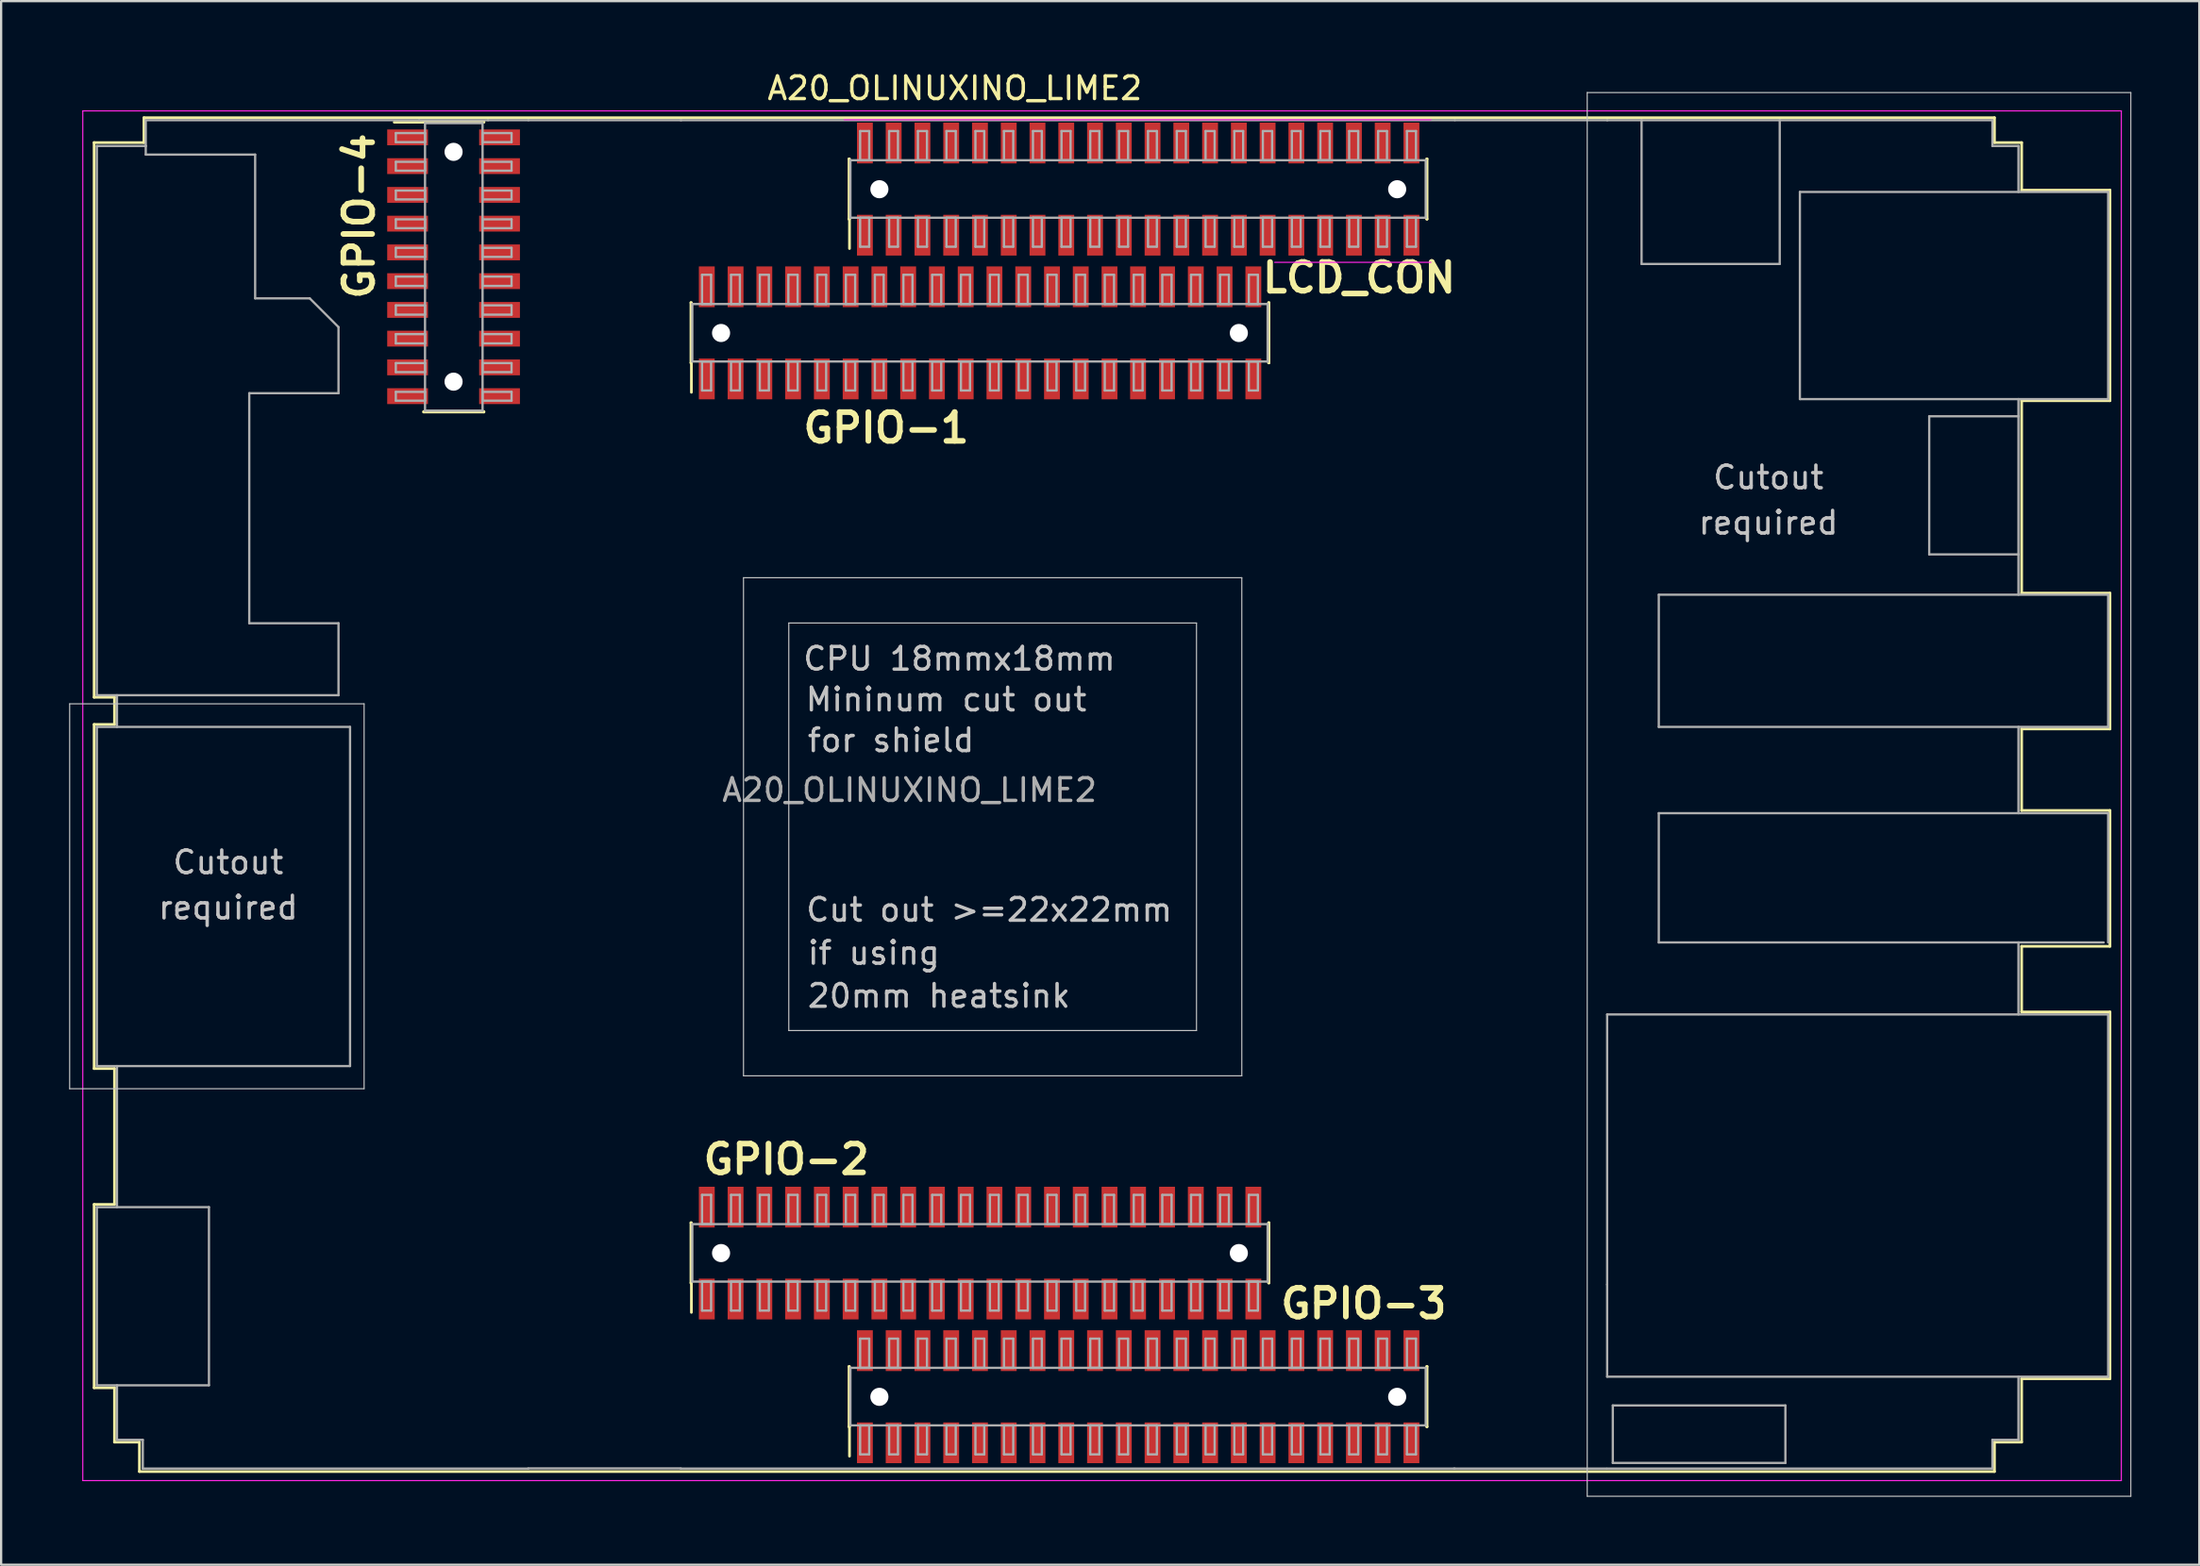
<source format=kicad_pcb>
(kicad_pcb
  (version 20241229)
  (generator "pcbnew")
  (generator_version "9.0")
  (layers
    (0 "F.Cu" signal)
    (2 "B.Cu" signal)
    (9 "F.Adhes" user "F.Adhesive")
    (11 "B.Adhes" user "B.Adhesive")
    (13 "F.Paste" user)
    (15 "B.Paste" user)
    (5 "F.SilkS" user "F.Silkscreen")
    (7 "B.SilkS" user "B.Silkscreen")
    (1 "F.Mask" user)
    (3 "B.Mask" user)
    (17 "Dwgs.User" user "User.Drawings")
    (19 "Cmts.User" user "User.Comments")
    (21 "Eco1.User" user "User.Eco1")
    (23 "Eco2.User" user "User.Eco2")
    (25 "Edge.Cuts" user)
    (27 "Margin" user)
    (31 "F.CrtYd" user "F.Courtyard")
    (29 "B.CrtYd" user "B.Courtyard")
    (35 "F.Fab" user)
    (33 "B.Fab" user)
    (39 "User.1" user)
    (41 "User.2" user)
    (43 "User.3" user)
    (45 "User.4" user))
  (footprint "A20_OLINUXINO_LIME2"
    (layer "F.Cu")
    (at 37.105 31.848)
    (property "Reference" "A20_OLINUXINO_LIME2" (at 2 -31 0) (layer "F.SilkS") (effects (font (size 1 1) (thickness 0.15))))
    (attr smd)
    (fp_line (start -36 -28.6) (end -36 -4.1) (stroke (width 0.12) (type solid)) (layer "F.SilkS"))
    (fp_line (start -36 -4.1) (end -35.1 -4.1) (stroke (width 0.12) (type solid)) (layer "F.SilkS"))
    (fp_line (start -36 -2.9) (end -36 12.3) (stroke (width 0.12) (type solid)) (layer "F.SilkS"))
    (fp_line (start -36 12.3) (end -35.1 12.3) (stroke (width 0.12) (type solid)) (layer "F.SilkS"))
    (fp_line (start -36 18.3) (end -36 26.4) (stroke (width 0.12) (type solid)) (layer "F.SilkS"))
    (fp_line (start -36 26.4) (end -35.1 26.4) (stroke (width 0.12) (type solid)) (layer "F.SilkS"))
    (fp_line (start -35.1 -4.1) (end -35.1 -2.9) (stroke (width 0.12) (type solid)) (layer "F.SilkS"))
    (fp_line (start -35.1 -2.9) (end -36 -2.9) (stroke (width 0.12) (type solid)) (layer "F.SilkS"))
    (fp_line (start -35.1 12.3) (end -35.1 18.3) (stroke (width 0.12) (type solid)) (layer "F.SilkS"))
    (fp_line (start -35.1 18.3) (end -36 18.3) (stroke (width 0.12) (type solid)) (layer "F.SilkS"))
    (fp_line (start -35.1 26.4) (end -35.1 28.8) (stroke (width 0.12) (type solid)) (layer "F.SilkS"))
    (fp_line (start -35.1 28.8) (end -34 28.8) (stroke (width 0.12) (type solid)) (layer "F.SilkS"))
    (fp_line (start -34 28.8) (end -34 30.1) (stroke (width 0.12) (type solid)) (layer "F.SilkS"))
    (fp_line (start -34 30.1) (end 47.9 30.1) (stroke (width 0.12) (type solid)) (layer "F.SilkS"))
    (fp_line (start -33.8 -29.7) (end -33.8 -28.6) (stroke (width 0.12) (type solid)) (layer "F.SilkS"))
    (fp_line (start -33.8 -28.6) (end -36 -28.6) (stroke (width 0.12) (type solid)) (layer "F.SilkS"))
    (fp_line (start -22.75 -29.5) (end -21.45 -29.5) (stroke (width 0.12) (type solid)) (layer "F.SilkS"))
    (fp_line (start -21.45 -29.52) (end -18.79 -29.52) (stroke (width 0.12) (type solid)) (layer "F.SilkS"))
    (fp_line (start -21.45 -29.5) (end -21.45 -29.52) (stroke (width 0.12) (type solid)) (layer "F.SilkS"))
    (fp_line (start -21.45 -16.72) (end -21.45 -16.7) (stroke (width 0.12) (type solid)) (layer "F.SilkS"))
    (fp_line (start -21.45 -16.7) (end -18.79 -16.7) (stroke (width 0.12) (type solid)) (layer "F.SilkS"))
    (fp_line (start -18.79 -29.52) (end -18.79 -29.5) (stroke (width 0.12) (type solid)) (layer "F.SilkS"))
    (fp_line (start -18.79 -16.7) (end -18.79 -16.72) (stroke (width 0.12) (type solid)) (layer "F.SilkS"))
    (fp_line (start -9.65 -21.53) (end -9.63 -21.53) (stroke (width 0.12) (type solid)) (layer "F.SilkS"))
    (fp_line (start -9.65 -18.87) (end -9.65 -21.53) (stroke (width 0.12) (type solid)) (layer "F.SilkS"))
    (fp_line (start -9.65 19.11) (end -9.63 19.11) (stroke (width 0.12) (type solid)) (layer "F.SilkS"))
    (fp_line (start -9.65 21.77) (end -9.65 19.11) (stroke (width 0.12) (type solid)) (layer "F.SilkS"))
    (fp_line (start -9.63 -18.87) (end -9.65 -18.87) (stroke (width 0.12) (type solid)) (layer "F.SilkS"))
    (fp_line (start -9.63 -17.57) (end -9.63 -18.87) (stroke (width 0.12) (type solid)) (layer "F.SilkS"))
    (fp_line (start -9.63 21.77) (end -9.65 21.77) (stroke (width 0.12) (type solid)) (layer "F.SilkS"))
    (fp_line (start -9.63 23.07) (end -9.63 21.77) (stroke (width 0.12) (type solid)) (layer "F.SilkS"))
    (fp_line (start -2.67 -27.88) (end -2.65 -27.88) (stroke (width 0.12) (type solid)) (layer "F.SilkS"))
    (fp_line (start -2.67 -25.22) (end -2.67 -27.88) (stroke (width 0.12) (type solid)) (layer "F.SilkS"))
    (fp_line (start -2.67 25.46) (end -2.65 25.46) (stroke (width 0.12) (type solid)) (layer "F.SilkS"))
    (fp_line (start -2.67 28.12) (end -2.67 25.46) (stroke (width 0.12) (type solid)) (layer "F.SilkS"))
    (fp_line (start -2.65 -25.22) (end -2.67 -25.22) (stroke (width 0.12) (type solid)) (layer "F.SilkS"))
    (fp_line (start -2.65 -23.92) (end -2.65 -25.22) (stroke (width 0.12) (type solid)) (layer "F.SilkS"))
    (fp_line (start -2.65 28.12) (end -2.67 28.12) (stroke (width 0.12) (type solid)) (layer "F.SilkS"))
    (fp_line (start -2.65 29.42) (end -2.65 28.12) (stroke (width 0.12) (type solid)) (layer "F.SilkS"))
    (fp_line (start 15.85 -18.87) (end 15.87 -18.87) (stroke (width 0.12) (type solid)) (layer "F.SilkS"))
    (fp_line (start 15.85 21.77) (end 15.87 21.77) (stroke (width 0.12) (type solid)) (layer "F.SilkS"))
    (fp_line (start 15.87 -21.53) (end 15.85 -21.53) (stroke (width 0.12) (type solid)) (layer "F.SilkS"))
    (fp_line (start 15.87 -18.87) (end 15.87 -21.53) (stroke (width 0.12) (type solid)) (layer "F.SilkS"))
    (fp_line (start 15.87 19.11) (end 15.85 19.11) (stroke (width 0.12) (type solid)) (layer "F.SilkS"))
    (fp_line (start 15.87 21.77) (end 15.87 19.11) (stroke (width 0.12) (type solid)) (layer "F.SilkS"))
    (fp_line (start 22.83 -25.22) (end 22.85 -25.22) (stroke (width 0.12) (type solid)) (layer "F.SilkS"))
    (fp_line (start 22.83 28.12) (end 22.85 28.12) (stroke (width 0.12) (type solid)) (layer "F.SilkS"))
    (fp_line (start 22.85 -27.88) (end 22.83 -27.88) (stroke (width 0.12) (type solid)) (layer "F.SilkS"))
    (fp_line (start 22.85 -25.22) (end 22.85 -27.88) (stroke (width 0.12) (type solid)) (layer "F.SilkS"))
    (fp_line (start 22.85 25.46) (end 22.83 25.46) (stroke (width 0.12) (type solid)) (layer "F.SilkS"))
    (fp_line (start 22.85 28.12) (end 22.85 25.46) (stroke (width 0.12) (type solid)) (layer "F.SilkS"))
    (fp_line (start 47.9 -29.7) (end -33.8 -29.7) (stroke (width 0.12) (type solid)) (layer "F.SilkS"))
    (fp_line (start 47.9 -28.6) (end 47.9 -29.7) (stroke (width 0.12) (type solid)) (layer "F.SilkS"))
    (fp_line (start 47.9 28.8) (end 49.1 28.8) (stroke (width 0.12) (type solid)) (layer "F.SilkS"))
    (fp_line (start 47.9 30.1) (end 47.9 28.8) (stroke (width 0.12) (type solid)) (layer "F.SilkS"))
    (fp_line (start 49.1 -28.6) (end 47.9 -28.6) (stroke (width 0.12) (type solid)) (layer "F.SilkS"))
    (fp_line (start 49.1 -26.5) (end 49.1 -28.6) (stroke (width 0.12) (type solid)) (layer "F.SilkS"))
    (fp_line (start 49.1 -17.2) (end 53 -17.2) (stroke (width 0.12) (type solid)) (layer "F.SilkS"))
    (fp_line (start 49.1 -8.7) (end 49.1 -17.2) (stroke (width 0.12) (type solid)) (layer "F.SilkS"))
    (fp_line (start 49.1 -2.7) (end 53 -2.7) (stroke (width 0.12) (type solid)) (layer "F.SilkS"))
    (fp_line (start 49.1 0.9) (end 49.1 -2.7) (stroke (width 0.12) (type solid)) (layer "F.SilkS"))
    (fp_line (start 49.1 6.9) (end 53 6.9) (stroke (width 0.12) (type solid)) (layer "F.SilkS"))
    (fp_line (start 49.1 9.8) (end 49.1 6.9) (stroke (width 0.12) (type solid)) (layer "F.SilkS"))
    (fp_line (start 49.1 26) (end 53 26) (stroke (width 0.12) (type solid)) (layer "F.SilkS"))
    (fp_line (start 49.1 28.8) (end 49.1 26) (stroke (width 0.12) (type solid)) (layer "F.SilkS"))
    (fp_line (start 53 -26.5) (end 49.1 -26.5) (stroke (width 0.12) (type solid)) (layer "F.SilkS"))
    (fp_line (start 53 -17.2) (end 53 -26.5) (stroke (width 0.12) (type solid)) (layer "F.SilkS"))
    (fp_line (start 53 -8.7) (end 49.1 -8.7) (stroke (width 0.12) (type solid)) (layer "F.SilkS"))
    (fp_line (start 53 -2.7) (end 53 -8.7) (stroke (width 0.12) (type solid)) (layer "F.SilkS"))
    (fp_line (start 53 0.9) (end 49.1 0.9) (stroke (width 0.12) (type solid)) (layer "F.SilkS"))
    (fp_line (start 53 6.9) (end 53 0.9) (stroke (width 0.12) (type solid)) (layer "F.SilkS"))
    (fp_line (start 53 9.8) (end 49.1 9.8) (stroke (width 0.12) (type solid)) (layer "F.SilkS"))
    (fp_line (start 53 26) (end 53 9.8) (stroke (width 0.12) (type solid)) (layer "F.SilkS"))
    (fp_line (start -37.08 -3.81) (end -37.08 13.19) (stroke (width 0.05) (type solid)) (layer "Dwgs.User"))
    (fp_line (start -37.08 13.19) (end -24.08 13.19) (stroke (width 0.05) (type solid)) (layer "Dwgs.User"))
    (fp_line (start -24.08 -3.81) (end -37.08 -3.81) (stroke (width 0.05) (type solid)) (layer "Dwgs.User"))
    (fp_line (start -24.08 13.19) (end -24.08 -3.81) (stroke (width 0.05) (type solid)) (layer "Dwgs.User"))
    (fp_line (start -7.33 -9.38) (end -7.33 12.62) (stroke (width 0.05) (type solid)) (layer "Dwgs.User"))
    (fp_line (start -7.33 12.62) (end 14.67 12.62) (stroke (width 0.05) (type solid)) (layer "Dwgs.User"))
    (fp_line (start -5.33 -7.38) (end -5.33 10.62) (stroke (width 0.05) (type solid)) (layer "Dwgs.User"))
    (fp_line (start -5.33 10.62) (end 12.67 10.62) (stroke (width 0.05) (type solid)) (layer "Dwgs.User"))
    (fp_line (start 12.67 -7.38) (end -5.33 -7.38) (stroke (width 0.05) (type solid)) (layer "Dwgs.User"))
    (fp_line (start 12.67 10.62) (end 12.67 -7.38) (stroke (width 0.05) (type solid)) (layer "Dwgs.User"))
    (fp_line (start 14.67 -9.38) (end -7.33 -9.38) (stroke (width 0.05) (type solid)) (layer "Dwgs.User"))
    (fp_line (start 14.67 12.62) (end 14.67 -9.38) (stroke (width 0.05) (type solid)) (layer "Dwgs.User"))
    (fp_line (start 29.92 -30.81) (end 53.92 -30.81) (stroke (width 0.05) (type solid)) (layer "Dwgs.User"))
    (fp_line (start 29.92 31.19) (end 29.92 -30.81) (stroke (width 0.05) (type solid)) (layer "Dwgs.User"))
    (fp_line (start 53.92 -30.81) (end 53.92 31.19) (stroke (width 0.05) (type solid)) (layer "Dwgs.User"))
    (fp_line (start 53.92 31.19) (end 29.92 31.19) (stroke (width 0.05) (type solid)) (layer "Dwgs.User"))
    (fp_line (start -36.5 -30) (end -36.5 30.5) (stroke (width 0.05) (type solid)) (layer "F.CrtYd"))
    (fp_line (start -36.5 30.5) (end 53.5 30.5) (stroke (width 0.05) (type solid)) (layer "F.CrtYd"))
    (fp_line (start 16.12 -23.31) (end 23.02 -23.31) (stroke (width 0.05) (type solid)) (layer "F.CrtYd"))
    (fp_line (start 23.02 -29.61) (end -2.88 -29.61) (stroke (width 0.05) (type solid)) (layer "F.CrtYd"))
    (fp_line (start 53.5 -30) (end -36.5 -30) (stroke (width 0.05) (type solid)) (layer "F.CrtYd"))
    (fp_line (start 53.5 30.5) (end 53.5 -30) (stroke (width 0.05) (type solid)) (layer "F.CrtYd"))
    (fp_line (start -35.88 -28.45) (end -33.72 -28.45) (stroke (width 0.1) (type solid)) (layer "F.Fab"))
    (fp_line (start -35.88 -4.19) (end -35.88 -28.45) (stroke (width 0.1) (type solid)) (layer "F.Fab"))
    (fp_line (start -35.88 -4.19) (end -25.21 -4.19) (stroke (width 0.1) (type solid)) (layer "F.Fab"))
    (fp_line (start -35.88 12.19) (end -35.88 -2.79) (stroke (width 0.1) (type solid)) (layer "F.Fab"))
    (fp_line (start -35.88 12.19) (end -24.7 12.19) (stroke (width 0.1) (type solid)) (layer "F.Fab"))
    (fp_line (start -35.88 26.29) (end -35.88 18.42) (stroke (width 0.1) (type solid)) (layer "F.Fab"))
    (fp_line (start -35.88 26.29) (end -30.93 26.29) (stroke (width 0.1) (type solid)) (layer "F.Fab"))
    (fp_line (start -34.99 -2.79) (end -34.99 -4.19) (stroke (width 0.1) (type solid)) (layer "F.Fab"))
    (fp_line (start -34.99 18.42) (end -34.99 12.19) (stroke (width 0.1) (type solid)) (layer "F.Fab"))
    (fp_line (start -34.99 28.7) (end -34.99 26.29) (stroke (width 0.1) (type solid)) (layer "F.Fab"))
    (fp_line (start -33.85 28.7) (end -34.99 28.7) (stroke (width 0.1) (type solid)) (layer "F.Fab"))
    (fp_line (start -33.85 29.97) (end -33.85 28.7) (stroke (width 0.1) (type solid)) (layer "F.Fab"))
    (fp_line (start -33.72 -29.59) (end -21.65 -29.59) (stroke (width 0.1) (type solid)) (layer "F.Fab"))
    (fp_line (start -33.72 -28.45) (end -33.72 -29.59) (stroke (width 0.1) (type solid)) (layer "F.Fab"))
    (fp_line (start -33.72 -28.07) (end -33.72 -28.45) (stroke (width 0.1) (type solid)) (layer "F.Fab"))
    (fp_line (start -30.93 18.42) (end -35.88 18.42) (stroke (width 0.1) (type solid)) (layer "F.Fab"))
    (fp_line (start -30.93 26.29) (end -30.93 18.42) (stroke (width 0.1) (type solid)) (layer "F.Fab"))
    (fp_line (start -29.15 -17.53) (end -25.21 -17.53) (stroke (width 0.1) (type solid)) (layer "F.Fab"))
    (fp_line (start -29.15 -7.37) (end -29.15 -17.53) (stroke (width 0.1) (type solid)) (layer "F.Fab"))
    (fp_line (start -28.89 -28.07) (end -33.72 -28.07) (stroke (width 0.1) (type solid)) (layer "F.Fab"))
    (fp_line (start -28.89 -21.72) (end -28.89 -28.07) (stroke (width 0.1) (type solid)) (layer "F.Fab"))
    (fp_line (start -26.48 -21.72) (end -28.89 -21.72) (stroke (width 0.1) (type solid)) (layer "F.Fab"))
    (fp_line (start -25.21 -20.45) (end -26.48 -21.72) (stroke (width 0.1) (type solid)) (layer "F.Fab"))
    (fp_line (start -25.21 -17.53) (end -25.21 -20.45) (stroke (width 0.1) (type solid)) (layer "F.Fab"))
    (fp_line (start -25.21 -7.37) (end -29.15 -7.37) (stroke (width 0.1) (type solid)) (layer "F.Fab"))
    (fp_line (start -25.21 -4.19) (end -25.21 -7.37) (stroke (width 0.1) (type solid)) (layer "F.Fab"))
    (fp_line (start -24.7 -2.79) (end -35.88 -2.79) (stroke (width 0.1) (type solid)) (layer "F.Fab"))
    (fp_line (start -24.7 12.19) (end -24.7 -2.79) (stroke (width 0.1) (type solid)) (layer "F.Fab"))
    (fp_line (start -22.68 -29.02) (end -21.39 -29.02) (stroke (width 0.1) (type solid)) (layer "F.Fab"))
    (fp_line (start -22.68 -28.62) (end -22.68 -29.02) (stroke (width 0.1) (type solid)) (layer "F.Fab"))
    (fp_line (start -22.68 -27.75) (end -21.39 -27.75) (stroke (width 0.1) (type solid)) (layer "F.Fab"))
    (fp_line (start -22.68 -27.36) (end -22.68 -27.75) (stroke (width 0.1) (type solid)) (layer "F.Fab"))
    (fp_line (start -22.68 -26.48) (end -21.39 -26.48) (stroke (width 0.1) (type solid)) (layer "F.Fab"))
    (fp_line (start -22.68 -26.09) (end -22.68 -26.48) (stroke (width 0.1) (type solid)) (layer "F.Fab"))
    (fp_line (start -22.68 -25.21) (end -21.39 -25.21) (stroke (width 0.1) (type solid)) (layer "F.Fab"))
    (fp_line (start -22.68 -24.82) (end -22.68 -25.21) (stroke (width 0.1) (type solid)) (layer "F.Fab"))
    (fp_line (start -22.68 -23.95) (end -21.39 -23.95) (stroke (width 0.1) (type solid)) (layer "F.Fab"))
    (fp_line (start -22.68 -23.55) (end -22.68 -23.95) (stroke (width 0.1) (type solid)) (layer "F.Fab"))
    (fp_line (start -22.68 -22.68) (end -21.39 -22.68) (stroke (width 0.1) (type solid)) (layer "F.Fab"))
    (fp_line (start -22.68 -22.27) (end -22.68 -22.68) (stroke (width 0.1) (type solid)) (layer "F.Fab"))
    (fp_line (start -22.68 -21.41) (end -21.39 -21.41) (stroke (width 0.1) (type solid)) (layer "F.Fab"))
    (fp_line (start -22.68 -21) (end -22.68 -21.41) (stroke (width 0.1) (type solid)) (layer "F.Fab"))
    (fp_line (start -22.68 -20.14) (end -21.39 -20.14) (stroke (width 0.1) (type solid)) (layer "F.Fab"))
    (fp_line (start -22.68 -19.73) (end -22.68 -20.14) (stroke (width 0.1) (type solid)) (layer "F.Fab"))
    (fp_line (start -22.68 -18.86) (end -21.39 -18.86) (stroke (width 0.1) (type solid)) (layer "F.Fab"))
    (fp_line (start -22.68 -18.46) (end -22.68 -18.86) (stroke (width 0.1) (type solid)) (layer "F.Fab"))
    (fp_line (start -22.68 -17.59) (end -21.39 -17.59) (stroke (width 0.1) (type solid)) (layer "F.Fab"))
    (fp_line (start -22.68 -17.2) (end -22.68 -17.59) (stroke (width 0.1) (type solid)) (layer "F.Fab"))
    (fp_line (start -21.65 -29.59) (end -18.61 -29.59) (stroke (width 0.1) (type solid)) (layer "F.Fab"))
    (fp_line (start -21.39 -29.46) (end -21.39 -16.76) (stroke (width 0.1) (type solid)) (layer "F.Fab"))
    (fp_line (start -21.39 -29.02) (end -21.39 -28.62) (stroke (width 0.1) (type solid)) (layer "F.Fab"))
    (fp_line (start -21.39 -28.62) (end -22.68 -28.62) (stroke (width 0.1) (type solid)) (layer "F.Fab"))
    (fp_line (start -21.39 -27.75) (end -21.39 -27.36) (stroke (width 0.1) (type solid)) (layer "F.Fab"))
    (fp_line (start -21.39 -27.36) (end -22.68 -27.36) (stroke (width 0.1) (type solid)) (layer "F.Fab"))
    (fp_line (start -21.39 -26.48) (end -21.39 -26.09) (stroke (width 0.1) (type solid)) (layer "F.Fab"))
    (fp_line (start -21.39 -26.09) (end -22.68 -26.09) (stroke (width 0.1) (type solid)) (layer "F.Fab"))
    (fp_line (start -21.39 -25.21) (end -21.39 -24.82) (stroke (width 0.1) (type solid)) (layer "F.Fab"))
    (fp_line (start -21.39 -24.82) (end -22.68 -24.82) (stroke (width 0.1) (type solid)) (layer "F.Fab"))
    (fp_line (start -21.39 -23.95) (end -21.39 -23.55) (stroke (width 0.1) (type solid)) (layer "F.Fab"))
    (fp_line (start -21.39 -23.55) (end -22.68 -23.55) (stroke (width 0.1) (type solid)) (layer "F.Fab"))
    (fp_line (start -21.39 -22.68) (end -21.39 -22.27) (stroke (width 0.1) (type solid)) (layer "F.Fab"))
    (fp_line (start -21.39 -22.27) (end -22.68 -22.27) (stroke (width 0.1) (type solid)) (layer "F.Fab"))
    (fp_line (start -21.39 -21.41) (end -21.39 -21) (stroke (width 0.1) (type solid)) (layer "F.Fab"))
    (fp_line (start -21.39 -21) (end -22.68 -21) (stroke (width 0.1) (type solid)) (layer "F.Fab"))
    (fp_line (start -21.39 -20.14) (end -21.39 -19.73) (stroke (width 0.1) (type solid)) (layer "F.Fab"))
    (fp_line (start -21.39 -19.73) (end -22.68 -19.73) (stroke (width 0.1) (type solid)) (layer "F.Fab"))
    (fp_line (start -21.39 -18.86) (end -21.39 -18.46) (stroke (width 0.1) (type solid)) (layer "F.Fab"))
    (fp_line (start -21.39 -18.46) (end -22.68 -18.46) (stroke (width 0.1) (type solid)) (layer "F.Fab"))
    (fp_line (start -21.39 -17.59) (end -21.39 -17.2) (stroke (width 0.1) (type solid)) (layer "F.Fab"))
    (fp_line (start -21.39 -17.2) (end -22.68 -17.2) (stroke (width 0.1) (type solid)) (layer "F.Fab"))
    (fp_line (start -21.39 -16.76) (end -18.85 -16.76) (stroke (width 0.1) (type solid)) (layer "F.Fab"))
    (fp_line (start -18.85 -29.46) (end -21.39 -29.46) (stroke (width 0.1) (type solid)) (layer "F.Fab"))
    (fp_line (start -18.85 -29.02) (end -18.85 -28.62) (stroke (width 0.1) (type solid)) (layer "F.Fab"))
    (fp_line (start -18.85 -28.62) (end -17.57 -28.62) (stroke (width 0.1) (type solid)) (layer "F.Fab"))
    (fp_line (start -18.85 -27.75) (end -18.85 -27.36) (stroke (width 0.1) (type solid)) (layer "F.Fab"))
    (fp_line (start -18.85 -27.36) (end -17.57 -27.36) (stroke (width 0.1) (type solid)) (layer "F.Fab"))
    (fp_line (start -18.85 -26.48) (end -18.85 -26.09) (stroke (width 0.1) (type solid)) (layer "F.Fab"))
    (fp_line (start -18.85 -26.09) (end -17.57 -26.09) (stroke (width 0.1) (type solid)) (layer "F.Fab"))
    (fp_line (start -18.85 -25.21) (end -18.85 -24.82) (stroke (width 0.1) (type solid)) (layer "F.Fab"))
    (fp_line (start -18.85 -24.82) (end -17.57 -24.82) (stroke (width 0.1) (type solid)) (layer "F.Fab"))
    (fp_line (start -18.85 -23.95) (end -18.85 -23.55) (stroke (width 0.1) (type solid)) (layer "F.Fab"))
    (fp_line (start -18.85 -23.55) (end -17.57 -23.55) (stroke (width 0.1) (type solid)) (layer "F.Fab"))
    (fp_line (start -18.85 -22.68) (end -18.85 -22.27) (stroke (width 0.1) (type solid)) (layer "F.Fab"))
    (fp_line (start -18.85 -22.27) (end -17.57 -22.27) (stroke (width 0.1) (type solid)) (layer "F.Fab"))
    (fp_line (start -18.85 -21.41) (end -18.85 -21) (stroke (width 0.1) (type solid)) (layer "F.Fab"))
    (fp_line (start -18.85 -21) (end -17.57 -21) (stroke (width 0.1) (type solid)) (layer "F.Fab"))
    (fp_line (start -18.85 -20.14) (end -18.85 -19.73) (stroke (width 0.1) (type solid)) (layer "F.Fab"))
    (fp_line (start -18.85 -19.73) (end -17.57 -19.73) (stroke (width 0.1) (type solid)) (layer "F.Fab"))
    (fp_line (start -18.85 -18.86) (end -18.85 -18.46) (stroke (width 0.1) (type solid)) (layer "F.Fab"))
    (fp_line (start -18.85 -18.46) (end -17.57 -18.46) (stroke (width 0.1) (type solid)) (layer "F.Fab"))
    (fp_line (start -18.85 -17.59) (end -18.85 -17.2) (stroke (width 0.1) (type solid)) (layer "F.Fab"))
    (fp_line (start -18.85 -17.2) (end -17.57 -17.2) (stroke (width 0.1) (type solid)) (layer "F.Fab"))
    (fp_line (start -18.85 -16.76) (end -18.85 -29.46) (stroke (width 0.1) (type solid)) (layer "F.Fab"))
    (fp_line (start -18.61 -29.59) (end -16.83 -29.59) (stroke (width 0.1) (type solid)) (layer "F.Fab"))
    (fp_line (start -17.57 -29.02) (end -18.85 -29.02) (stroke (width 0.1) (type solid)) (layer "F.Fab"))
    (fp_line (start -17.57 -28.62) (end -17.57 -29.02) (stroke (width 0.1) (type solid)) (layer "F.Fab"))
    (fp_line (start -17.57 -27.75) (end -18.85 -27.75) (stroke (width 0.1) (type solid)) (layer "F.Fab"))
    (fp_line (start -17.57 -27.36) (end -17.57 -27.75) (stroke (width 0.1) (type solid)) (layer "F.Fab"))
    (fp_line (start -17.57 -26.48) (end -18.85 -26.48) (stroke (width 0.1) (type solid)) (layer "F.Fab"))
    (fp_line (start -17.57 -26.09) (end -17.57 -26.48) (stroke (width 0.1) (type solid)) (layer "F.Fab"))
    (fp_line (start -17.57 -25.21) (end -18.85 -25.21) (stroke (width 0.1) (type solid)) (layer "F.Fab"))
    (fp_line (start -17.57 -24.82) (end -17.57 -25.21) (stroke (width 0.1) (type solid)) (layer "F.Fab"))
    (fp_line (start -17.57 -23.95) (end -18.85 -23.95) (stroke (width 0.1) (type solid)) (layer "F.Fab"))
    (fp_line (start -17.57 -23.55) (end -17.57 -23.95) (stroke (width 0.1) (type solid)) (layer "F.Fab"))
    (fp_line (start -17.57 -22.68) (end -18.85 -22.68) (stroke (width 0.1) (type solid)) (layer "F.Fab"))
    (fp_line (start -17.57 -22.27) (end -17.57 -22.68) (stroke (width 0.1) (type solid)) (layer "F.Fab"))
    (fp_line (start -17.57 -21.41) (end -18.85 -21.41) (stroke (width 0.1) (type solid)) (layer "F.Fab"))
    (fp_line (start -17.57 -21) (end -17.57 -21.41) (stroke (width 0.1) (type solid)) (layer "F.Fab"))
    (fp_line (start -17.57 -20.14) (end -18.85 -20.14) (stroke (width 0.1) (type solid)) (layer "F.Fab"))
    (fp_line (start -17.57 -19.73) (end -17.57 -20.14) (stroke (width 0.1) (type solid)) (layer "F.Fab"))
    (fp_line (start -17.57 -18.86) (end -18.85 -18.86) (stroke (width 0.1) (type solid)) (layer "F.Fab"))
    (fp_line (start -17.57 -18.46) (end -17.57 -18.86) (stroke (width 0.1) (type solid)) (layer "F.Fab"))
    (fp_line (start -17.57 -17.59) (end -18.85 -17.59) (stroke (width 0.1) (type solid)) (layer "F.Fab"))
    (fp_line (start -17.57 -17.2) (end -17.57 -17.59) (stroke (width 0.1) (type solid)) (layer "F.Fab"))
    (fp_line (start -16.83 29.97) (end -33.85 29.97) (stroke (width 0.1) (type solid)) (layer "F.Fab"))
    (fp_line (start -16.82 -29.59) (end -10.08 -29.59) (stroke (width 0.1) (type solid)) (layer "F.Fab"))
    (fp_line (start -10.1 -29.59) (end 24.07 -29.59) (stroke (width 0.1) (type solid)) (layer "F.Fab"))
    (fp_line (start -10.1 29.96) (end -16.83 29.96) (stroke (width 0.1) (type solid)) (layer "F.Fab"))
    (fp_line (start -9.59 -21.47) (end -9.59 -18.93) (stroke (width 0.1) (type solid)) (layer "F.Fab"))
    (fp_line (start -9.59 -18.93) (end 15.81 -18.93) (stroke (width 0.1) (type solid)) (layer "F.Fab"))
    (fp_line (start -9.59 19.17) (end -9.59 21.71) (stroke (width 0.1) (type solid)) (layer "F.Fab"))
    (fp_line (start -9.59 21.71) (end 15.81 21.71) (stroke (width 0.1) (type solid)) (layer "F.Fab"))
    (fp_line (start -9.16 -22.76) (end -9.16 -21.47) (stroke (width 0.1) (type solid)) (layer "F.Fab"))
    (fp_line (start -9.16 -21.47) (end -8.76 -21.47) (stroke (width 0.1) (type solid)) (layer "F.Fab"))
    (fp_line (start -9.16 -18.93) (end -8.76 -18.93) (stroke (width 0.1) (type solid)) (layer "F.Fab"))
    (fp_line (start -9.16 -17.65) (end -9.16 -18.93) (stroke (width 0.1) (type solid)) (layer "F.Fab"))
    (fp_line (start -9.16 17.88) (end -9.16 19.17) (stroke (width 0.1) (type solid)) (layer "F.Fab"))
    (fp_line (start -9.16 19.17) (end -8.76 19.17) (stroke (width 0.1) (type solid)) (layer "F.Fab"))
    (fp_line (start -9.16 21.71) (end -8.76 21.71) (stroke (width 0.1) (type solid)) (layer "F.Fab"))
    (fp_line (start -9.16 22.99) (end -9.16 21.71) (stroke (width 0.1) (type solid)) (layer "F.Fab"))
    (fp_line (start -8.76 -22.76) (end -9.16 -22.76) (stroke (width 0.1) (type solid)) (layer "F.Fab"))
    (fp_line (start -8.76 -21.47) (end -8.76 -22.76) (stroke (width 0.1) (type solid)) (layer "F.Fab"))
    (fp_line (start -8.76 -18.93) (end -8.76 -17.65) (stroke (width 0.1) (type solid)) (layer "F.Fab"))
    (fp_line (start -8.76 -17.65) (end -9.16 -17.65) (stroke (width 0.1) (type solid)) (layer "F.Fab"))
    (fp_line (start -8.76 17.88) (end -9.16 17.88) (stroke (width 0.1) (type solid)) (layer "F.Fab"))
    (fp_line (start -8.76 19.17) (end -8.76 17.88) (stroke (width 0.1) (type solid)) (layer "F.Fab"))
    (fp_line (start -8.76 21.71) (end -8.76 22.99) (stroke (width 0.1) (type solid)) (layer "F.Fab"))
    (fp_line (start -8.76 22.99) (end -9.16 22.99) (stroke (width 0.1) (type solid)) (layer "F.Fab"))
    (fp_line (start -7.88 -22.76) (end -7.88 -21.47) (stroke (width 0.1) (type solid)) (layer "F.Fab"))
    (fp_line (start -7.88 -21.47) (end -7.49 -21.47) (stroke (width 0.1) (type solid)) (layer "F.Fab"))
    (fp_line (start -7.88 -18.93) (end -7.49 -18.93) (stroke (width 0.1) (type solid)) (layer "F.Fab"))
    (fp_line (start -7.88 -17.65) (end -7.88 -18.93) (stroke (width 0.1) (type solid)) (layer "F.Fab"))
    (fp_line (start -7.88 17.88) (end -7.88 19.17) (stroke (width 0.1) (type solid)) (layer "F.Fab"))
    (fp_line (start -7.88 19.17) (end -7.49 19.17) (stroke (width 0.1) (type solid)) (layer "F.Fab"))
    (fp_line (start -7.88 21.71) (end -7.49 21.71) (stroke (width 0.1) (type solid)) (layer "F.Fab"))
    (fp_line (start -7.88 22.99) (end -7.88 21.71) (stroke (width 0.1) (type solid)) (layer "F.Fab"))
    (fp_line (start -7.49 -22.76) (end -7.88 -22.76) (stroke (width 0.1) (type solid)) (layer "F.Fab"))
    (fp_line (start -7.49 -21.47) (end -7.49 -22.76) (stroke (width 0.1) (type solid)) (layer "F.Fab"))
    (fp_line (start -7.49 -18.93) (end -7.49 -17.65) (stroke (width 0.1) (type solid)) (layer "F.Fab"))
    (fp_line (start -7.49 -17.65) (end -7.88 -17.65) (stroke (width 0.1) (type solid)) (layer "F.Fab"))
    (fp_line (start -7.49 17.88) (end -7.88 17.88) (stroke (width 0.1) (type solid)) (layer "F.Fab"))
    (fp_line (start -7.49 19.17) (end -7.49 17.88) (stroke (width 0.1) (type solid)) (layer "F.Fab"))
    (fp_line (start -7.49 21.71) (end -7.49 22.99) (stroke (width 0.1) (type solid)) (layer "F.Fab"))
    (fp_line (start -7.49 22.99) (end -7.88 22.99) (stroke (width 0.1) (type solid)) (layer "F.Fab"))
    (fp_line (start -6.61 -22.76) (end -6.61 -21.47) (stroke (width 0.1) (type solid)) (layer "F.Fab"))
    (fp_line (start -6.61 -21.47) (end -6.21 -21.47) (stroke (width 0.1) (type solid)) (layer "F.Fab"))
    (fp_line (start -6.61 -18.93) (end -6.21 -18.93) (stroke (width 0.1) (type solid)) (layer "F.Fab"))
    (fp_line (start -6.61 -17.65) (end -6.61 -18.93) (stroke (width 0.1) (type solid)) (layer "F.Fab"))
    (fp_line (start -6.61 17.88) (end -6.61 19.17) (stroke (width 0.1) (type solid)) (layer "F.Fab"))
    (fp_line (start -6.61 19.17) (end -6.21 19.17) (stroke (width 0.1) (type solid)) (layer "F.Fab"))
    (fp_line (start -6.61 21.71) (end -6.21 21.71) (stroke (width 0.1) (type solid)) (layer "F.Fab"))
    (fp_line (start -6.61 22.99) (end -6.61 21.71) (stroke (width 0.1) (type solid)) (layer "F.Fab"))
    (fp_line (start -6.21 -22.76) (end -6.61 -22.76) (stroke (width 0.1) (type solid)) (layer "F.Fab"))
    (fp_line (start -6.21 -21.47) (end -6.21 -22.76) (stroke (width 0.1) (type solid)) (layer "F.Fab"))
    (fp_line (start -6.21 -18.93) (end -6.21 -17.65) (stroke (width 0.1) (type solid)) (layer "F.Fab"))
    (fp_line (start -6.21 -17.65) (end -6.61 -17.65) (stroke (width 0.1) (type solid)) (layer "F.Fab"))
    (fp_line (start -6.21 17.88) (end -6.61 17.88) (stroke (width 0.1) (type solid)) (layer "F.Fab"))
    (fp_line (start -6.21 19.17) (end -6.21 17.88) (stroke (width 0.1) (type solid)) (layer "F.Fab"))
    (fp_line (start -6.21 21.71) (end -6.21 22.99) (stroke (width 0.1) (type solid)) (layer "F.Fab"))
    (fp_line (start -6.21 22.99) (end -6.61 22.99) (stroke (width 0.1) (type solid)) (layer "F.Fab"))
    (fp_line (start -5.35 -22.76) (end -5.35 -21.47) (stroke (width 0.1) (type solid)) (layer "F.Fab"))
    (fp_line (start -5.35 -21.47) (end -4.94 -21.47) (stroke (width 0.1) (type solid)) (layer "F.Fab"))
    (fp_line (start -5.35 -18.93) (end -4.94 -18.93) (stroke (width 0.1) (type solid)) (layer "F.Fab"))
    (fp_line (start -5.35 -17.65) (end -5.35 -18.93) (stroke (width 0.1) (type solid)) (layer "F.Fab"))
    (fp_line (start -5.35 17.88) (end -5.35 19.17) (stroke (width 0.1) (type solid)) (layer "F.Fab"))
    (fp_line (start -5.35 19.17) (end -4.94 19.17) (stroke (width 0.1) (type solid)) (layer "F.Fab"))
    (fp_line (start -5.35 21.71) (end -4.94 21.71) (stroke (width 0.1) (type solid)) (layer "F.Fab"))
    (fp_line (start -5.35 22.99) (end -5.35 21.71) (stroke (width 0.1) (type solid)) (layer "F.Fab"))
    (fp_line (start -4.94 -22.76) (end -5.35 -22.76) (stroke (width 0.1) (type solid)) (layer "F.Fab"))
    (fp_line (start -4.94 -21.47) (end -4.94 -22.76) (stroke (width 0.1) (type solid)) (layer "F.Fab"))
    (fp_line (start -4.94 -18.93) (end -4.94 -17.65) (stroke (width 0.1) (type solid)) (layer "F.Fab"))
    (fp_line (start -4.94 -17.65) (end -5.35 -17.65) (stroke (width 0.1) (type solid)) (layer "F.Fab"))
    (fp_line (start -4.94 17.88) (end -5.35 17.88) (stroke (width 0.1) (type solid)) (layer "F.Fab"))
    (fp_line (start -4.94 19.17) (end -4.94 17.88) (stroke (width 0.1) (type solid)) (layer "F.Fab"))
    (fp_line (start -4.94 21.71) (end -4.94 22.99) (stroke (width 0.1) (type solid)) (layer "F.Fab"))
    (fp_line (start -4.94 22.99) (end -5.35 22.99) (stroke (width 0.1) (type solid)) (layer "F.Fab"))
    (fp_line (start -4.07 -22.76) (end -4.07 -21.47) (stroke (width 0.1) (type solid)) (layer "F.Fab"))
    (fp_line (start -4.07 -21.47) (end -3.68 -21.47) (stroke (width 0.1) (type solid)) (layer "F.Fab"))
    (fp_line (start -4.07 -18.93) (end -3.68 -18.93) (stroke (width 0.1) (type solid)) (layer "F.Fab"))
    (fp_line (start -4.07 -17.65) (end -4.07 -18.93) (stroke (width 0.1) (type solid)) (layer "F.Fab"))
    (fp_line (start -4.07 17.88) (end -4.07 19.17) (stroke (width 0.1) (type solid)) (layer "F.Fab"))
    (fp_line (start -4.07 19.17) (end -3.68 19.17) (stroke (width 0.1) (type solid)) (layer "F.Fab"))
    (fp_line (start -4.07 21.71) (end -3.68 21.71) (stroke (width 0.1) (type solid)) (layer "F.Fab"))
    (fp_line (start -4.07 22.99) (end -4.07 21.71) (stroke (width 0.1) (type solid)) (layer "F.Fab"))
    (fp_line (start -3.68 -22.76) (end -4.07 -22.76) (stroke (width 0.1) (type solid)) (layer "F.Fab"))
    (fp_line (start -3.68 -21.47) (end -3.68 -22.76) (stroke (width 0.1) (type solid)) (layer "F.Fab"))
    (fp_line (start -3.68 -18.93) (end -3.68 -17.65) (stroke (width 0.1) (type solid)) (layer "F.Fab"))
    (fp_line (start -3.68 -17.65) (end -4.07 -17.65) (stroke (width 0.1) (type solid)) (layer "F.Fab"))
    (fp_line (start -3.68 17.88) (end -4.07 17.88) (stroke (width 0.1) (type solid)) (layer "F.Fab"))
    (fp_line (start -3.68 19.17) (end -3.68 17.88) (stroke (width 0.1) (type solid)) (layer "F.Fab"))
    (fp_line (start -3.68 21.71) (end -3.68 22.99) (stroke (width 0.1) (type solid)) (layer "F.Fab"))
    (fp_line (start -3.68 22.99) (end -4.07 22.99) (stroke (width 0.1) (type solid)) (layer "F.Fab"))
    (fp_line (start -2.81 -22.76) (end -2.81 -21.47) (stroke (width 0.1) (type solid)) (layer "F.Fab"))
    (fp_line (start -2.81 -21.47) (end -2.4 -21.47) (stroke (width 0.1) (type solid)) (layer "F.Fab"))
    (fp_line (start -2.81 -18.93) (end -2.4 -18.93) (stroke (width 0.1) (type solid)) (layer "F.Fab"))
    (fp_line (start -2.81 -17.65) (end -2.81 -18.93) (stroke (width 0.1) (type solid)) (layer "F.Fab"))
    (fp_line (start -2.81 17.88) (end -2.81 19.17) (stroke (width 0.1) (type solid)) (layer "F.Fab"))
    (fp_line (start -2.81 19.17) (end -2.4 19.17) (stroke (width 0.1) (type solid)) (layer "F.Fab"))
    (fp_line (start -2.81 21.71) (end -2.4 21.71) (stroke (width 0.1) (type solid)) (layer "F.Fab"))
    (fp_line (start -2.81 22.99) (end -2.81 21.71) (stroke (width 0.1) (type solid)) (layer "F.Fab"))
    (fp_line (start -2.61 -27.82) (end -2.61 -25.28) (stroke (width 0.1) (type solid)) (layer "F.Fab"))
    (fp_line (start -2.61 -25.28) (end 22.79 -25.28) (stroke (width 0.1) (type solid)) (layer "F.Fab"))
    (fp_line (start -2.61 25.52) (end -2.61 28.06) (stroke (width 0.1) (type solid)) (layer "F.Fab"))
    (fp_line (start -2.61 28.06) (end 22.79 28.06) (stroke (width 0.1) (type solid)) (layer "F.Fab"))
    (fp_line (start -2.4 -22.76) (end -2.81 -22.76) (stroke (width 0.1) (type solid)) (layer "F.Fab"))
    (fp_line (start -2.4 -21.47) (end -2.4 -22.76) (stroke (width 0.1) (type solid)) (layer "F.Fab"))
    (fp_line (start -2.4 -18.93) (end -2.4 -17.65) (stroke (width 0.1) (type solid)) (layer "F.Fab"))
    (fp_line (start -2.4 -17.65) (end -2.81 -17.65) (stroke (width 0.1) (type solid)) (layer "F.Fab"))
    (fp_line (start -2.4 17.88) (end -2.81 17.88) (stroke (width 0.1) (type solid)) (layer "F.Fab"))
    (fp_line (start -2.4 19.17) (end -2.4 17.88) (stroke (width 0.1) (type solid)) (layer "F.Fab"))
    (fp_line (start -2.4 21.71) (end -2.4 22.99) (stroke (width 0.1) (type solid)) (layer "F.Fab"))
    (fp_line (start -2.4 22.99) (end -2.81 22.99) (stroke (width 0.1) (type solid)) (layer "F.Fab"))
    (fp_line (start -2.18 -29.11) (end -2.18 -27.82) (stroke (width 0.1) (type solid)) (layer "F.Fab"))
    (fp_line (start -2.18 -27.82) (end -1.78 -27.82) (stroke (width 0.1) (type solid)) (layer "F.Fab"))
    (fp_line (start -2.18 -25.28) (end -1.78 -25.28) (stroke (width 0.1) (type solid)) (layer "F.Fab"))
    (fp_line (start -2.18 -24) (end -2.18 -25.28) (stroke (width 0.1) (type solid)) (layer "F.Fab"))
    (fp_line (start -2.18 24.23) (end -2.18 25.52) (stroke (width 0.1) (type solid)) (layer "F.Fab"))
    (fp_line (start -2.18 25.52) (end -1.78 25.52) (stroke (width 0.1) (type solid)) (layer "F.Fab"))
    (fp_line (start -2.18 28.06) (end -1.78 28.06) (stroke (width 0.1) (type solid)) (layer "F.Fab"))
    (fp_line (start -2.18 29.34) (end -2.18 28.06) (stroke (width 0.1) (type solid)) (layer "F.Fab"))
    (fp_line (start -1.78 -29.11) (end -2.18 -29.11) (stroke (width 0.1) (type solid)) (layer "F.Fab"))
    (fp_line (start -1.78 -27.82) (end -1.78 -29.11) (stroke (width 0.1) (type solid)) (layer "F.Fab"))
    (fp_line (start -1.78 -25.28) (end -1.78 -24) (stroke (width 0.1) (type solid)) (layer "F.Fab"))
    (fp_line (start -1.78 -24) (end -2.18 -24) (stroke (width 0.1) (type solid)) (layer "F.Fab"))
    (fp_line (start -1.78 24.23) (end -2.18 24.23) (stroke (width 0.1) (type solid)) (layer "F.Fab"))
    (fp_line (start -1.78 25.52) (end -1.78 24.23) (stroke (width 0.1) (type solid)) (layer "F.Fab"))
    (fp_line (start -1.78 28.06) (end -1.78 29.34) (stroke (width 0.1) (type solid)) (layer "F.Fab"))
    (fp_line (start -1.78 29.34) (end -2.18 29.34) (stroke (width 0.1) (type solid)) (layer "F.Fab"))
    (fp_line (start -1.53 -22.76) (end -1.53 -21.47) (stroke (width 0.1) (type solid)) (layer "F.Fab"))
    (fp_line (start -1.53 -21.47) (end -1.14 -21.47) (stroke (width 0.1) (type solid)) (layer "F.Fab"))
    (fp_line (start -1.53 -18.93) (end -1.14 -18.93) (stroke (width 0.1) (type solid)) (layer "F.Fab"))
    (fp_line (start -1.53 -17.65) (end -1.53 -18.93) (stroke (width 0.1) (type solid)) (layer "F.Fab"))
    (fp_line (start -1.53 17.88) (end -1.53 19.17) (stroke (width 0.1) (type solid)) (layer "F.Fab"))
    (fp_line (start -1.53 19.17) (end -1.14 19.17) (stroke (width 0.1) (type solid)) (layer "F.Fab"))
    (fp_line (start -1.53 21.71) (end -1.14 21.71) (stroke (width 0.1) (type solid)) (layer "F.Fab"))
    (fp_line (start -1.53 22.99) (end -1.53 21.71) (stroke (width 0.1) (type solid)) (layer "F.Fab"))
    (fp_line (start -1.14 -22.76) (end -1.53 -22.76) (stroke (width 0.1) (type solid)) (layer "F.Fab"))
    (fp_line (start -1.14 -21.47) (end -1.14 -22.76) (stroke (width 0.1) (type solid)) (layer "F.Fab"))
    (fp_line (start -1.14 -18.93) (end -1.14 -17.65) (stroke (width 0.1) (type solid)) (layer "F.Fab"))
    (fp_line (start -1.14 -17.65) (end -1.53 -17.65) (stroke (width 0.1) (type solid)) (layer "F.Fab"))
    (fp_line (start -1.14 17.88) (end -1.53 17.88) (stroke (width 0.1) (type solid)) (layer "F.Fab"))
    (fp_line (start -1.14 19.17) (end -1.14 17.88) (stroke (width 0.1) (type solid)) (layer "F.Fab"))
    (fp_line (start -1.14 21.71) (end -1.14 22.99) (stroke (width 0.1) (type solid)) (layer "F.Fab"))
    (fp_line (start -1.14 22.99) (end -1.53 22.99) (stroke (width 0.1) (type solid)) (layer "F.Fab"))
    (fp_line (start -0.9 -29.11) (end -0.9 -27.82) (stroke (width 0.1) (type solid)) (layer "F.Fab"))
    (fp_line (start -0.9 -27.82) (end -0.51 -27.82) (stroke (width 0.1) (type solid)) (layer "F.Fab"))
    (fp_line (start -0.9 -25.28) (end -0.51 -25.28) (stroke (width 0.1) (type solid)) (layer "F.Fab"))
    (fp_line (start -0.9 -24) (end -0.9 -25.28) (stroke (width 0.1) (type solid)) (layer "F.Fab"))
    (fp_line (start -0.9 24.23) (end -0.9 25.52) (stroke (width 0.1) (type solid)) (layer "F.Fab"))
    (fp_line (start -0.9 25.52) (end -0.51 25.52) (stroke (width 0.1) (type solid)) (layer "F.Fab"))
    (fp_line (start -0.9 28.06) (end -0.51 28.06) (stroke (width 0.1) (type solid)) (layer "F.Fab"))
    (fp_line (start -0.9 29.34) (end -0.9 28.06) (stroke (width 0.1) (type solid)) (layer "F.Fab"))
    (fp_line (start -0.51 -29.11) (end -0.9 -29.11) (stroke (width 0.1) (type solid)) (layer "F.Fab"))
    (fp_line (start -0.51 -27.82) (end -0.51 -29.11) (stroke (width 0.1) (type solid)) (layer "F.Fab"))
    (fp_line (start -0.51 -25.28) (end -0.51 -24) (stroke (width 0.1) (type solid)) (layer "F.Fab"))
    (fp_line (start -0.51 -24) (end -0.9 -24) (stroke (width 0.1) (type solid)) (layer "F.Fab"))
    (fp_line (start -0.51 24.23) (end -0.9 24.23) (stroke (width 0.1) (type solid)) (layer "F.Fab"))
    (fp_line (start -0.51 25.52) (end -0.51 24.23) (stroke (width 0.1) (type solid)) (layer "F.Fab"))
    (fp_line (start -0.51 28.06) (end -0.51 29.34) (stroke (width 0.1) (type solid)) (layer "F.Fab"))
    (fp_line (start -0.51 29.34) (end -0.9 29.34) (stroke (width 0.1) (type solid)) (layer "F.Fab"))
    (fp_line (start -0.27 -22.76) (end -0.27 -21.47) (stroke (width 0.1) (type solid)) (layer "F.Fab"))
    (fp_line (start -0.27 -21.47) (end 0.13 -21.47) (stroke (width 0.1) (type solid)) (layer "F.Fab"))
    (fp_line (start -0.27 -18.93) (end 0.13 -18.93) (stroke (width 0.1) (type solid)) (layer "F.Fab"))
    (fp_line (start -0.27 -17.65) (end -0.27 -18.93) (stroke (width 0.1) (type solid)) (layer "F.Fab"))
    (fp_line (start -0.27 17.88) (end -0.27 19.17) (stroke (width 0.1) (type solid)) (layer "F.Fab"))
    (fp_line (start -0.27 19.17) (end 0.13 19.17) (stroke (width 0.1) (type solid)) (layer "F.Fab"))
    (fp_line (start -0.27 21.71) (end 0.13 21.71) (stroke (width 0.1) (type solid)) (layer "F.Fab"))
    (fp_line (start -0.27 22.99) (end -0.27 21.71) (stroke (width 0.1) (type solid)) (layer "F.Fab"))
    (fp_line (start 0.13 -22.76) (end -0.27 -22.76) (stroke (width 0.1) (type solid)) (layer "F.Fab"))
    (fp_line (start 0.13 -21.47) (end 0.13 -22.76) (stroke (width 0.1) (type solid)) (layer "F.Fab"))
    (fp_line (start 0.13 -18.93) (end 0.13 -17.65) (stroke (width 0.1) (type solid)) (layer "F.Fab"))
    (fp_line (start 0.13 -17.65) (end -0.27 -17.65) (stroke (width 0.1) (type solid)) (layer "F.Fab"))
    (fp_line (start 0.13 17.88) (end -0.27 17.88) (stroke (width 0.1) (type solid)) (layer "F.Fab"))
    (fp_line (start 0.13 19.17) (end 0.13 17.88) (stroke (width 0.1) (type solid)) (layer "F.Fab"))
    (fp_line (start 0.13 21.71) (end 0.13 22.99) (stroke (width 0.1) (type solid)) (layer "F.Fab"))
    (fp_line (start 0.13 22.99) (end -0.27 22.99) (stroke (width 0.1) (type solid)) (layer "F.Fab"))
    (fp_line (start 0.37 -29.11) (end 0.37 -27.82) (stroke (width 0.1) (type solid)) (layer "F.Fab"))
    (fp_line (start 0.37 -27.82) (end 0.77 -27.82) (stroke (width 0.1) (type solid)) (layer "F.Fab"))
    (fp_line (start 0.37 -25.28) (end 0.77 -25.28) (stroke (width 0.1) (type solid)) (layer "F.Fab"))
    (fp_line (start 0.37 -24) (end 0.37 -25.28) (stroke (width 0.1) (type solid)) (layer "F.Fab"))
    (fp_line (start 0.37 24.23) (end 0.37 25.52) (stroke (width 0.1) (type solid)) (layer "F.Fab"))
    (fp_line (start 0.37 25.52) (end 0.77 25.52) (stroke (width 0.1) (type solid)) (layer "F.Fab"))
    (fp_line (start 0.37 28.06) (end 0.77 28.06) (stroke (width 0.1) (type solid)) (layer "F.Fab"))
    (fp_line (start 0.37 29.34) (end 0.37 28.06) (stroke (width 0.1) (type solid)) (layer "F.Fab"))
    (fp_line (start 0.77 -29.11) (end 0.37 -29.11) (stroke (width 0.1) (type solid)) (layer "F.Fab"))
    (fp_line (start 0.77 -27.82) (end 0.77 -29.11) (stroke (width 0.1) (type solid)) (layer "F.Fab"))
    (fp_line (start 0.77 -25.28) (end 0.77 -24) (stroke (width 0.1) (type solid)) (layer "F.Fab"))
    (fp_line (start 0.77 -24) (end 0.37 -24) (stroke (width 0.1) (type solid)) (layer "F.Fab"))
    (fp_line (start 0.77 24.23) (end 0.37 24.23) (stroke (width 0.1) (type solid)) (layer "F.Fab"))
    (fp_line (start 0.77 25.52) (end 0.77 24.23) (stroke (width 0.1) (type solid)) (layer "F.Fab"))
    (fp_line (start 0.77 28.06) (end 0.77 29.34) (stroke (width 0.1) (type solid)) (layer "F.Fab"))
    (fp_line (start 0.77 29.34) (end 0.37 29.34) (stroke (width 0.1) (type solid)) (layer "F.Fab"))
    (fp_line (start 1 -22.76) (end 1 -21.47) (stroke (width 0.1) (type solid)) (layer "F.Fab"))
    (fp_line (start 1 -21.47) (end 1.4 -21.47) (stroke (width 0.1) (type solid)) (layer "F.Fab"))
    (fp_line (start 1 -18.93) (end 1.4 -18.93) (stroke (width 0.1) (type solid)) (layer "F.Fab"))
    (fp_line (start 1 -17.65) (end 1 -18.93) (stroke (width 0.1) (type solid)) (layer "F.Fab"))
    (fp_line (start 1 17.88) (end 1 19.17) (stroke (width 0.1) (type solid)) (layer "F.Fab"))
    (fp_line (start 1 19.17) (end 1.4 19.17) (stroke (width 0.1) (type solid)) (layer "F.Fab"))
    (fp_line (start 1 21.71) (end 1.4 21.71) (stroke (width 0.1) (type solid)) (layer "F.Fab"))
    (fp_line (start 1 22.99) (end 1 21.71) (stroke (width 0.1) (type solid)) (layer "F.Fab"))
    (fp_line (start 1.4 -22.76) (end 1 -22.76) (stroke (width 0.1) (type solid)) (layer "F.Fab"))
    (fp_line (start 1.4 -21.47) (end 1.4 -22.76) (stroke (width 0.1) (type solid)) (layer "F.Fab"))
    (fp_line (start 1.4 -18.93) (end 1.4 -17.65) (stroke (width 0.1) (type solid)) (layer "F.Fab"))
    (fp_line (start 1.4 -17.65) (end 1 -17.65) (stroke (width 0.1) (type solid)) (layer "F.Fab"))
    (fp_line (start 1.4 17.88) (end 1 17.88) (stroke (width 0.1) (type solid)) (layer "F.Fab"))
    (fp_line (start 1.4 19.17) (end 1.4 17.88) (stroke (width 0.1) (type solid)) (layer "F.Fab"))
    (fp_line (start 1.4 21.71) (end 1.4 22.99) (stroke (width 0.1) (type solid)) (layer "F.Fab"))
    (fp_line (start 1.4 22.99) (end 1 22.99) (stroke (width 0.1) (type solid)) (layer "F.Fab"))
    (fp_line (start 1.63 -29.11) (end 1.63 -27.82) (stroke (width 0.1) (type solid)) (layer "F.Fab"))
    (fp_line (start 1.63 -27.82) (end 2.04 -27.82) (stroke (width 0.1) (type solid)) (layer "F.Fab"))
    (fp_line (start 1.63 -25.28) (end 2.04 -25.28) (stroke (width 0.1) (type solid)) (layer "F.Fab"))
    (fp_line (start 1.63 -24) (end 1.63 -25.28) (stroke (width 0.1) (type solid)) (layer "F.Fab"))
    (fp_line (start 1.63 24.23) (end 1.63 25.52) (stroke (width 0.1) (type solid)) (layer "F.Fab"))
    (fp_line (start 1.63 25.52) (end 2.04 25.52) (stroke (width 0.1) (type solid)) (layer "F.Fab"))
    (fp_line (start 1.63 28.06) (end 2.04 28.06) (stroke (width 0.1) (type solid)) (layer "F.Fab"))
    (fp_line (start 1.63 29.34) (end 1.63 28.06) (stroke (width 0.1) (type solid)) (layer "F.Fab"))
    (fp_line (start 2.04 -29.11) (end 1.63 -29.11) (stroke (width 0.1) (type solid)) (layer "F.Fab"))
    (fp_line (start 2.04 -27.82) (end 2.04 -29.11) (stroke (width 0.1) (type solid)) (layer "F.Fab"))
    (fp_line (start 2.04 -25.28) (end 2.04 -24) (stroke (width 0.1) (type solid)) (layer "F.Fab"))
    (fp_line (start 2.04 -24) (end 1.63 -24) (stroke (width 0.1) (type solid)) (layer "F.Fab"))
    (fp_line (start 2.04 24.23) (end 1.63 24.23) (stroke (width 0.1) (type solid)) (layer "F.Fab"))
    (fp_line (start 2.04 25.52) (end 2.04 24.23) (stroke (width 0.1) (type solid)) (layer "F.Fab"))
    (fp_line (start 2.04 28.06) (end 2.04 29.34) (stroke (width 0.1) (type solid)) (layer "F.Fab"))
    (fp_line (start 2.04 29.34) (end 1.63 29.34) (stroke (width 0.1) (type solid)) (layer "F.Fab"))
    (fp_line (start 2.27 -22.76) (end 2.27 -21.47) (stroke (width 0.1) (type solid)) (layer "F.Fab"))
    (fp_line (start 2.27 -21.47) (end 2.67 -21.47) (stroke (width 0.1) (type solid)) (layer "F.Fab"))
    (fp_line (start 2.27 -18.93) (end 2.67 -18.93) (stroke (width 0.1) (type solid)) (layer "F.Fab"))
    (fp_line (start 2.27 -17.65) (end 2.27 -18.93) (stroke (width 0.1) (type solid)) (layer "F.Fab"))
    (fp_line (start 2.27 17.88) (end 2.27 19.17) (stroke (width 0.1) (type solid)) (layer "F.Fab"))
    (fp_line (start 2.27 19.17) (end 2.67 19.17) (stroke (width 0.1) (type solid)) (layer "F.Fab"))
    (fp_line (start 2.27 21.71) (end 2.67 21.71) (stroke (width 0.1) (type solid)) (layer "F.Fab"))
    (fp_line (start 2.27 22.99) (end 2.27 21.71) (stroke (width 0.1) (type solid)) (layer "F.Fab"))
    (fp_line (start 2.67 -22.76) (end 2.27 -22.76) (stroke (width 0.1) (type solid)) (layer "F.Fab"))
    (fp_line (start 2.67 -21.47) (end 2.67 -22.76) (stroke (width 0.1) (type solid)) (layer "F.Fab"))
    (fp_line (start 2.67 -18.93) (end 2.67 -17.65) (stroke (width 0.1) (type solid)) (layer "F.Fab"))
    (fp_line (start 2.67 -17.65) (end 2.27 -17.65) (stroke (width 0.1) (type solid)) (layer "F.Fab"))
    (fp_line (start 2.67 17.88) (end 2.27 17.88) (stroke (width 0.1) (type solid)) (layer "F.Fab"))
    (fp_line (start 2.67 19.17) (end 2.67 17.88) (stroke (width 0.1) (type solid)) (layer "F.Fab"))
    (fp_line (start 2.67 21.71) (end 2.67 22.99) (stroke (width 0.1) (type solid)) (layer "F.Fab"))
    (fp_line (start 2.67 22.99) (end 2.27 22.99) (stroke (width 0.1) (type solid)) (layer "F.Fab"))
    (fp_line (start 2.91 -29.11) (end 2.91 -27.82) (stroke (width 0.1) (type solid)) (layer "F.Fab"))
    (fp_line (start 2.91 -27.82) (end 3.3 -27.82) (stroke (width 0.1) (type solid)) (layer "F.Fab"))
    (fp_line (start 2.91 -25.28) (end 3.3 -25.28) (stroke (width 0.1) (type solid)) (layer "F.Fab"))
    (fp_line (start 2.91 -24) (end 2.91 -25.28) (stroke (width 0.1) (type solid)) (layer "F.Fab"))
    (fp_line (start 2.91 24.23) (end 2.91 25.52) (stroke (width 0.1) (type solid)) (layer "F.Fab"))
    (fp_line (start 2.91 25.52) (end 3.3 25.52) (stroke (width 0.1) (type solid)) (layer "F.Fab"))
    (fp_line (start 2.91 28.06) (end 3.3 28.06) (stroke (width 0.1) (type solid)) (layer "F.Fab"))
    (fp_line (start 2.91 29.34) (end 2.91 28.06) (stroke (width 0.1) (type solid)) (layer "F.Fab"))
    (fp_line (start 3.3 -29.11) (end 2.91 -29.11) (stroke (width 0.1) (type solid)) (layer "F.Fab"))
    (fp_line (start 3.3 -27.82) (end 3.3 -29.11) (stroke (width 0.1) (type solid)) (layer "F.Fab"))
    (fp_line (start 3.3 -25.28) (end 3.3 -24) (stroke (width 0.1) (type solid)) (layer "F.Fab"))
    (fp_line (start 3.3 -24) (end 2.91 -24) (stroke (width 0.1) (type solid)) (layer "F.Fab"))
    (fp_line (start 3.3 24.23) (end 2.91 24.23) (stroke (width 0.1) (type solid)) (layer "F.Fab"))
    (fp_line (start 3.3 25.52) (end 3.3 24.23) (stroke (width 0.1) (type solid)) (layer "F.Fab"))
    (fp_line (start 3.3 28.06) (end 3.3 29.34) (stroke (width 0.1) (type solid)) (layer "F.Fab"))
    (fp_line (start 3.3 29.34) (end 2.91 29.34) (stroke (width 0.1) (type solid)) (layer "F.Fab"))
    (fp_line (start 3.55 -22.76) (end 3.55 -21.47) (stroke (width 0.1) (type solid)) (layer "F.Fab"))
    (fp_line (start 3.55 -21.47) (end 3.94 -21.47) (stroke (width 0.1) (type solid)) (layer "F.Fab"))
    (fp_line (start 3.55 -18.93) (end 3.94 -18.93) (stroke (width 0.1) (type solid)) (layer "F.Fab"))
    (fp_line (start 3.55 -17.65) (end 3.55 -18.93) (stroke (width 0.1) (type solid)) (layer "F.Fab"))
    (fp_line (start 3.55 17.88) (end 3.55 19.17) (stroke (width 0.1) (type solid)) (layer "F.Fab"))
    (fp_line (start 3.55 19.17) (end 3.94 19.17) (stroke (width 0.1) (type solid)) (layer "F.Fab"))
    (fp_line (start 3.55 21.71) (end 3.94 21.71) (stroke (width 0.1) (type solid)) (layer "F.Fab"))
    (fp_line (start 3.55 22.99) (end 3.55 21.71) (stroke (width 0.1) (type solid)) (layer "F.Fab"))
    (fp_line (start 3.94 -22.76) (end 3.55 -22.76) (stroke (width 0.1) (type solid)) (layer "F.Fab"))
    (fp_line (start 3.94 -21.47) (end 3.94 -22.76) (stroke (width 0.1) (type solid)) (layer "F.Fab"))
    (fp_line (start 3.94 -18.93) (end 3.94 -17.65) (stroke (width 0.1) (type solid)) (layer "F.Fab"))
    (fp_line (start 3.94 -17.65) (end 3.55 -17.65) (stroke (width 0.1) (type solid)) (layer "F.Fab"))
    (fp_line (start 3.94 17.88) (end 3.55 17.88) (stroke (width 0.1) (type solid)) (layer "F.Fab"))
    (fp_line (start 3.94 19.17) (end 3.94 17.88) (stroke (width 0.1) (type solid)) (layer "F.Fab"))
    (fp_line (start 3.94 21.71) (end 3.94 22.99) (stroke (width 0.1) (type solid)) (layer "F.Fab"))
    (fp_line (start 3.94 22.99) (end 3.55 22.99) (stroke (width 0.1) (type solid)) (layer "F.Fab"))
    (fp_line (start 4.17 -29.11) (end 4.17 -27.82) (stroke (width 0.1) (type solid)) (layer "F.Fab"))
    (fp_line (start 4.17 -27.82) (end 4.58 -27.82) (stroke (width 0.1) (type solid)) (layer "F.Fab"))
    (fp_line (start 4.17 -25.28) (end 4.58 -25.28) (stroke (width 0.1) (type solid)) (layer "F.Fab"))
    (fp_line (start 4.17 -24) (end 4.17 -25.28) (stroke (width 0.1) (type solid)) (layer "F.Fab"))
    (fp_line (start 4.17 24.23) (end 4.17 25.52) (stroke (width 0.1) (type solid)) (layer "F.Fab"))
    (fp_line (start 4.17 25.52) (end 4.58 25.52) (stroke (width 0.1) (type solid)) (layer "F.Fab"))
    (fp_line (start 4.17 28.06) (end 4.58 28.06) (stroke (width 0.1) (type solid)) (layer "F.Fab"))
    (fp_line (start 4.17 29.34) (end 4.17 28.06) (stroke (width 0.1) (type solid)) (layer "F.Fab"))
    (fp_line (start 4.58 -29.11) (end 4.17 -29.11) (stroke (width 0.1) (type solid)) (layer "F.Fab"))
    (fp_line (start 4.58 -27.82) (end 4.58 -29.11) (stroke (width 0.1) (type solid)) (layer "F.Fab"))
    (fp_line (start 4.58 -25.28) (end 4.58 -24) (stroke (width 0.1) (type solid)) (layer "F.Fab"))
    (fp_line (start 4.58 -24) (end 4.17 -24) (stroke (width 0.1) (type solid)) (layer "F.Fab"))
    (fp_line (start 4.58 24.23) (end 4.17 24.23) (stroke (width 0.1) (type solid)) (layer "F.Fab"))
    (fp_line (start 4.58 25.52) (end 4.58 24.23) (stroke (width 0.1) (type solid)) (layer "F.Fab"))
    (fp_line (start 4.58 28.06) (end 4.58 29.34) (stroke (width 0.1) (type solid)) (layer "F.Fab"))
    (fp_line (start 4.58 29.34) (end 4.17 29.34) (stroke (width 0.1) (type solid)) (layer "F.Fab"))
    (fp_line (start 4.82 -22.76) (end 4.82 -21.47) (stroke (width 0.1) (type solid)) (layer "F.Fab"))
    (fp_line (start 4.82 -21.47) (end 5.22 -21.47) (stroke (width 0.1) (type solid)) (layer "F.Fab"))
    (fp_line (start 4.82 -18.93) (end 5.22 -18.93) (stroke (width 0.1) (type solid)) (layer "F.Fab"))
    (fp_line (start 4.82 -17.65) (end 4.82 -18.93) (stroke (width 0.1) (type solid)) (layer "F.Fab"))
    (fp_line (start 4.82 17.88) (end 4.82 19.17) (stroke (width 0.1) (type solid)) (layer "F.Fab"))
    (fp_line (start 4.82 19.17) (end 5.22 19.17) (stroke (width 0.1) (type solid)) (layer "F.Fab"))
    (fp_line (start 4.82 21.71) (end 5.22 21.71) (stroke (width 0.1) (type solid)) (layer "F.Fab"))
    (fp_line (start 4.82 22.99) (end 4.82 21.71) (stroke (width 0.1) (type solid)) (layer "F.Fab"))
    (fp_line (start 5.22 -22.76) (end 4.82 -22.76) (stroke (width 0.1) (type solid)) (layer "F.Fab"))
    (fp_line (start 5.22 -21.47) (end 5.22 -22.76) (stroke (width 0.1) (type solid)) (layer "F.Fab"))
    (fp_line (start 5.22 -18.93) (end 5.22 -17.65) (stroke (width 0.1) (type solid)) (layer "F.Fab"))
    (fp_line (start 5.22 -17.65) (end 4.82 -17.65) (stroke (width 0.1) (type solid)) (layer "F.Fab"))
    (fp_line (start 5.22 17.88) (end 4.82 17.88) (stroke (width 0.1) (type solid)) (layer "F.Fab"))
    (fp_line (start 5.22 19.17) (end 5.22 17.88) (stroke (width 0.1) (type solid)) (layer "F.Fab"))
    (fp_line (start 5.22 21.71) (end 5.22 22.99) (stroke (width 0.1) (type solid)) (layer "F.Fab"))
    (fp_line (start 5.22 22.99) (end 4.82 22.99) (stroke (width 0.1) (type solid)) (layer "F.Fab"))
    (fp_line (start 5.45 -29.11) (end 5.45 -27.82) (stroke (width 0.1) (type solid)) (layer "F.Fab"))
    (fp_line (start 5.45 -27.82) (end 5.84 -27.82) (stroke (width 0.1) (type solid)) (layer "F.Fab"))
    (fp_line (start 5.45 -25.28) (end 5.84 -25.28) (stroke (width 0.1) (type solid)) (layer "F.Fab"))
    (fp_line (start 5.45 -24) (end 5.45 -25.28) (stroke (width 0.1) (type solid)) (layer "F.Fab"))
    (fp_line (start 5.45 24.23) (end 5.45 25.52) (stroke (width 0.1) (type solid)) (layer "F.Fab"))
    (fp_line (start 5.45 25.52) (end 5.84 25.52) (stroke (width 0.1) (type solid)) (layer "F.Fab"))
    (fp_line (start 5.45 28.06) (end 5.84 28.06) (stroke (width 0.1) (type solid)) (layer "F.Fab"))
    (fp_line (start 5.45 29.34) (end 5.45 28.06) (stroke (width 0.1) (type solid)) (layer "F.Fab"))
    (fp_line (start 5.84 -29.11) (end 5.45 -29.11) (stroke (width 0.1) (type solid)) (layer "F.Fab"))
    (fp_line (start 5.84 -27.82) (end 5.84 -29.11) (stroke (width 0.1) (type solid)) (layer "F.Fab"))
    (fp_line (start 5.84 -25.28) (end 5.84 -24) (stroke (width 0.1) (type solid)) (layer "F.Fab"))
    (fp_line (start 5.84 -24) (end 5.45 -24) (stroke (width 0.1) (type solid)) (layer "F.Fab"))
    (fp_line (start 5.84 24.23) (end 5.45 24.23) (stroke (width 0.1) (type solid)) (layer "F.Fab"))
    (fp_line (start 5.84 25.52) (end 5.84 24.23) (stroke (width 0.1) (type solid)) (layer "F.Fab"))
    (fp_line (start 5.84 28.06) (end 5.84 29.34) (stroke (width 0.1) (type solid)) (layer "F.Fab"))
    (fp_line (start 5.84 29.34) (end 5.45 29.34) (stroke (width 0.1) (type solid)) (layer "F.Fab"))
    (fp_line (start 6.09 -22.76) (end 6.09 -21.47) (stroke (width 0.1) (type solid)) (layer "F.Fab"))
    (fp_line (start 6.09 -21.47) (end 6.49 -21.47) (stroke (width 0.1) (type solid)) (layer "F.Fab"))
    (fp_line (start 6.09 -18.93) (end 6.49 -18.93) (stroke (width 0.1) (type solid)) (layer "F.Fab"))
    (fp_line (start 6.09 -17.65) (end 6.09 -18.93) (stroke (width 0.1) (type solid)) (layer "F.Fab"))
    (fp_line (start 6.09 17.88) (end 6.09 19.17) (stroke (width 0.1) (type solid)) (layer "F.Fab"))
    (fp_line (start 6.09 19.17) (end 6.49 19.17) (stroke (width 0.1) (type solid)) (layer "F.Fab"))
    (fp_line (start 6.09 21.71) (end 6.49 21.71) (stroke (width 0.1) (type solid)) (layer "F.Fab"))
    (fp_line (start 6.09 22.99) (end 6.09 21.71) (stroke (width 0.1) (type solid)) (layer "F.Fab"))
    (fp_line (start 6.49 -22.76) (end 6.09 -22.76) (stroke (width 0.1) (type solid)) (layer "F.Fab"))
    (fp_line (start 6.49 -21.47) (end 6.49 -22.76) (stroke (width 0.1) (type solid)) (layer "F.Fab"))
    (fp_line (start 6.49 -18.93) (end 6.49 -17.65) (stroke (width 0.1) (type solid)) (layer "F.Fab"))
    (fp_line (start 6.49 -17.65) (end 6.09 -17.65) (stroke (width 0.1) (type solid)) (layer "F.Fab"))
    (fp_line (start 6.49 17.88) (end 6.09 17.88) (stroke (width 0.1) (type solid)) (layer "F.Fab"))
    (fp_line (start 6.49 19.17) (end 6.49 17.88) (stroke (width 0.1) (type solid)) (layer "F.Fab"))
    (fp_line (start 6.49 21.71) (end 6.49 22.99) (stroke (width 0.1) (type solid)) (layer "F.Fab"))
    (fp_line (start 6.49 22.99) (end 6.09 22.99) (stroke (width 0.1) (type solid)) (layer "F.Fab"))
    (fp_line (start 6.71 -29.11) (end 6.71 -27.82) (stroke (width 0.1) (type solid)) (layer "F.Fab"))
    (fp_line (start 6.71 -27.82) (end 7.11 -27.82) (stroke (width 0.1) (type solid)) (layer "F.Fab"))
    (fp_line (start 6.71 -25.28) (end 7.11 -25.28) (stroke (width 0.1) (type solid)) (layer "F.Fab"))
    (fp_line (start 6.71 -24) (end 6.71 -25.28) (stroke (width 0.1) (type solid)) (layer "F.Fab"))
    (fp_line (start 6.71 24.23) (end 6.71 25.52) (stroke (width 0.1) (type solid)) (layer "F.Fab"))
    (fp_line (start 6.71 25.52) (end 7.11 25.52) (stroke (width 0.1) (type solid)) (layer "F.Fab"))
    (fp_line (start 6.71 28.06) (end 7.11 28.06) (stroke (width 0.1) (type solid)) (layer "F.Fab"))
    (fp_line (start 6.71 29.34) (end 6.71 28.06) (stroke (width 0.1) (type solid)) (layer "F.Fab"))
    (fp_line (start 7.11 -29.11) (end 6.71 -29.11) (stroke (width 0.1) (type solid)) (layer "F.Fab"))
    (fp_line (start 7.11 -27.82) (end 7.11 -29.11) (stroke (width 0.1) (type solid)) (layer "F.Fab"))
    (fp_line (start 7.11 -25.28) (end 7.11 -24) (stroke (width 0.1) (type solid)) (layer "F.Fab"))
    (fp_line (start 7.11 -24) (end 6.71 -24) (stroke (width 0.1) (type solid)) (layer "F.Fab"))
    (fp_line (start 7.11 24.23) (end 6.71 24.23) (stroke (width 0.1) (type solid)) (layer "F.Fab"))
    (fp_line (start 7.11 25.52) (end 7.11 24.23) (stroke (width 0.1) (type solid)) (layer "F.Fab"))
    (fp_line (start 7.11 28.06) (end 7.11 29.34) (stroke (width 0.1) (type solid)) (layer "F.Fab"))
    (fp_line (start 7.11 29.34) (end 6.71 29.34) (stroke (width 0.1) (type solid)) (layer "F.Fab"))
    (fp_line (start 7.36 -22.76) (end 7.36 -21.47) (stroke (width 0.1) (type solid)) (layer "F.Fab"))
    (fp_line (start 7.36 -21.47) (end 7.75 -21.47) (stroke (width 0.1) (type solid)) (layer "F.Fab"))
    (fp_line (start 7.36 -18.93) (end 7.75 -18.93) (stroke (width 0.1) (type solid)) (layer "F.Fab"))
    (fp_line (start 7.36 -17.65) (end 7.36 -18.93) (stroke (width 0.1) (type solid)) (layer "F.Fab"))
    (fp_line (start 7.36 17.88) (end 7.36 19.17) (stroke (width 0.1) (type solid)) (layer "F.Fab"))
    (fp_line (start 7.36 19.17) (end 7.75 19.17) (stroke (width 0.1) (type solid)) (layer "F.Fab"))
    (fp_line (start 7.36 21.71) (end 7.75 21.71) (stroke (width 0.1) (type solid)) (layer "F.Fab"))
    (fp_line (start 7.36 22.99) (end 7.36 21.71) (stroke (width 0.1) (type solid)) (layer "F.Fab"))
    (fp_line (start 7.75 -22.76) (end 7.36 -22.76) (stroke (width 0.1) (type solid)) (layer "F.Fab"))
    (fp_line (start 7.75 -21.47) (end 7.75 -22.76) (stroke (width 0.1) (type solid)) (layer "F.Fab"))
    (fp_line (start 7.75 -18.93) (end 7.75 -17.65) (stroke (width 0.1) (type solid)) (layer "F.Fab"))
    (fp_line (start 7.75 -17.65) (end 7.36 -17.65) (stroke (width 0.1) (type solid)) (layer "F.Fab"))
    (fp_line (start 7.75 17.88) (end 7.36 17.88) (stroke (width 0.1) (type solid)) (layer "F.Fab"))
    (fp_line (start 7.75 19.17) (end 7.75 17.88) (stroke (width 0.1) (type solid)) (layer "F.Fab"))
    (fp_line (start 7.75 21.71) (end 7.75 22.99) (stroke (width 0.1) (type solid)) (layer "F.Fab"))
    (fp_line (start 7.75 22.99) (end 7.36 22.99) (stroke (width 0.1) (type solid)) (layer "F.Fab"))
    (fp_line (start 7.98 -29.11) (end 7.98 -27.82) (stroke (width 0.1) (type solid)) (layer "F.Fab"))
    (fp_line (start 7.98 -27.82) (end 8.38 -27.82) (stroke (width 0.1) (type solid)) (layer "F.Fab"))
    (fp_line (start 7.98 -25.28) (end 8.38 -25.28) (stroke (width 0.1) (type solid)) (layer "F.Fab"))
    (fp_line (start 7.98 -24) (end 7.98 -25.28) (stroke (width 0.1) (type solid)) (layer "F.Fab"))
    (fp_line (start 7.98 24.23) (end 7.98 25.52) (stroke (width 0.1) (type solid)) (layer "F.Fab"))
    (fp_line (start 7.98 25.52) (end 8.38 25.52) (stroke (width 0.1) (type solid)) (layer "F.Fab"))
    (fp_line (start 7.98 28.06) (end 8.38 28.06) (stroke (width 0.1) (type solid)) (layer "F.Fab"))
    (fp_line (start 7.98 29.34) (end 7.98 28.06) (stroke (width 0.1) (type solid)) (layer "F.Fab"))
    (fp_line (start 8.38 -29.11) (end 7.98 -29.11) (stroke (width 0.1) (type solid)) (layer "F.Fab"))
    (fp_line (start 8.38 -27.82) (end 8.38 -29.11) (stroke (width 0.1) (type solid)) (layer "F.Fab"))
    (fp_line (start 8.38 -25.28) (end 8.38 -24) (stroke (width 0.1) (type solid)) (layer "F.Fab"))
    (fp_line (start 8.38 -24) (end 7.98 -24) (stroke (width 0.1) (type solid)) (layer "F.Fab"))
    (fp_line (start 8.38 24.23) (end 7.98 24.23) (stroke (width 0.1) (type solid)) (layer "F.Fab"))
    (fp_line (start 8.38 25.52) (end 8.38 24.23) (stroke (width 0.1) (type solid)) (layer "F.Fab"))
    (fp_line (start 8.38 28.06) (end 8.38 29.34) (stroke (width 0.1) (type solid)) (layer "F.Fab"))
    (fp_line (start 8.38 29.34) (end 7.98 29.34) (stroke (width 0.1) (type solid)) (layer "F.Fab"))
    (fp_line (start 8.62 -22.76) (end 8.62 -21.47) (stroke (width 0.1) (type solid)) (layer "F.Fab"))
    (fp_line (start 8.62 -21.47) (end 9.03 -21.47) (stroke (width 0.1) (type solid)) (layer "F.Fab"))
    (fp_line (start 8.62 -18.93) (end 9.03 -18.93) (stroke (width 0.1) (type solid)) (layer "F.Fab"))
    (fp_line (start 8.62 -17.65) (end 8.62 -18.93) (stroke (width 0.1) (type solid)) (layer "F.Fab"))
    (fp_line (start 8.62 17.88) (end 8.62 19.17) (stroke (width 0.1) (type solid)) (layer "F.Fab"))
    (fp_line (start 8.62 19.17) (end 9.03 19.17) (stroke (width 0.1) (type solid)) (layer "F.Fab"))
    (fp_line (start 8.62 21.71) (end 9.03 21.71) (stroke (width 0.1) (type solid)) (layer "F.Fab"))
    (fp_line (start 8.62 22.99) (end 8.62 21.71) (stroke (width 0.1) (type solid)) (layer "F.Fab"))
    (fp_line (start 9.03 -22.76) (end 8.62 -22.76) (stroke (width 0.1) (type solid)) (layer "F.Fab"))
    (fp_line (start 9.03 -21.47) (end 9.03 -22.76) (stroke (width 0.1) (type solid)) (layer "F.Fab"))
    (fp_line (start 9.03 -18.93) (end 9.03 -17.65) (stroke (width 0.1) (type solid)) (layer "F.Fab"))
    (fp_line (start 9.03 -17.65) (end 8.62 -17.65) (stroke (width 0.1) (type solid)) (layer "F.Fab"))
    (fp_line (start 9.03 17.88) (end 8.62 17.88) (stroke (width 0.1) (type solid)) (layer "F.Fab"))
    (fp_line (start 9.03 19.17) (end 9.03 17.88) (stroke (width 0.1) (type solid)) (layer "F.Fab"))
    (fp_line (start 9.03 21.71) (end 9.03 22.99) (stroke (width 0.1) (type solid)) (layer "F.Fab"))
    (fp_line (start 9.03 22.99) (end 8.62 22.99) (stroke (width 0.1) (type solid)) (layer "F.Fab"))
    (fp_line (start 9.25 -29.11) (end 9.25 -27.82) (stroke (width 0.1) (type solid)) (layer "F.Fab"))
    (fp_line (start 9.25 -27.82) (end 9.65 -27.82) (stroke (width 0.1) (type solid)) (layer "F.Fab"))
    (fp_line (start 9.25 -25.28) (end 9.65 -25.28) (stroke (width 0.1) (type solid)) (layer "F.Fab"))
    (fp_line (start 9.25 -24) (end 9.25 -25.28) (stroke (width 0.1) (type solid)) (layer "F.Fab"))
    (fp_line (start 9.25 24.23) (end 9.25 25.52) (stroke (width 0.1) (type solid)) (layer "F.Fab"))
    (fp_line (start 9.25 25.52) (end 9.65 25.52) (stroke (width 0.1) (type solid)) (layer "F.Fab"))
    (fp_line (start 9.25 28.06) (end 9.65 28.06) (stroke (width 0.1) (type solid)) (layer "F.Fab"))
    (fp_line (start 9.25 29.34) (end 9.25 28.06) (stroke (width 0.1) (type solid)) (layer "F.Fab"))
    (fp_line (start 9.65 -29.11) (end 9.25 -29.11) (stroke (width 0.1) (type solid)) (layer "F.Fab"))
    (fp_line (start 9.65 -27.82) (end 9.65 -29.11) (stroke (width 0.1) (type solid)) (layer "F.Fab"))
    (fp_line (start 9.65 -25.28) (end 9.65 -24) (stroke (width 0.1) (type solid)) (layer "F.Fab"))
    (fp_line (start 9.65 -24) (end 9.25 -24) (stroke (width 0.1) (type solid)) (layer "F.Fab"))
    (fp_line (start 9.65 24.23) (end 9.25 24.23) (stroke (width 0.1) (type solid)) (layer "F.Fab"))
    (fp_line (start 9.65 25.52) (end 9.65 24.23) (stroke (width 0.1) (type solid)) (layer "F.Fab"))
    (fp_line (start 9.65 28.06) (end 9.65 29.34) (stroke (width 0.1) (type solid)) (layer "F.Fab"))
    (fp_line (start 9.65 29.34) (end 9.25 29.34) (stroke (width 0.1) (type solid)) (layer "F.Fab"))
    (fp_line (start 9.9 -22.76) (end 9.9 -21.47) (stroke (width 0.1) (type solid)) (layer "F.Fab"))
    (fp_line (start 9.9 -21.47) (end 10.29 -21.47) (stroke (width 0.1) (type solid)) (layer "F.Fab"))
    (fp_line (start 9.9 -18.93) (end 10.29 -18.93) (stroke (width 0.1) (type solid)) (layer "F.Fab"))
    (fp_line (start 9.9 -17.65) (end 9.9 -18.93) (stroke (width 0.1) (type solid)) (layer "F.Fab"))
    (fp_line (start 9.9 17.88) (end 9.9 19.17) (stroke (width 0.1) (type solid)) (layer "F.Fab"))
    (fp_line (start 9.9 19.17) (end 10.29 19.17) (stroke (width 0.1) (type solid)) (layer "F.Fab"))
    (fp_line (start 9.9 21.71) (end 10.29 21.71) (stroke (width 0.1) (type solid)) (layer "F.Fab"))
    (fp_line (start 9.9 22.99) (end 9.9 21.71) (stroke (width 0.1) (type solid)) (layer "F.Fab"))
    (fp_line (start 10.29 -22.76) (end 9.9 -22.76) (stroke (width 0.1) (type solid)) (layer "F.Fab"))
    (fp_line (start 10.29 -21.47) (end 10.29 -22.76) (stroke (width 0.1) (type solid)) (layer "F.Fab"))
    (fp_line (start 10.29 -18.93) (end 10.29 -17.65) (stroke (width 0.1) (type solid)) (layer "F.Fab"))
    (fp_line (start 10.29 -17.65) (end 9.9 -17.65) (stroke (width 0.1) (type solid)) (layer "F.Fab"))
    (fp_line (start 10.29 17.88) (end 9.9 17.88) (stroke (width 0.1) (type solid)) (layer "F.Fab"))
    (fp_line (start 10.29 19.17) (end 10.29 17.88) (stroke (width 0.1) (type solid)) (layer "F.Fab"))
    (fp_line (start 10.29 21.71) (end 10.29 22.99) (stroke (width 0.1) (type solid)) (layer "F.Fab"))
    (fp_line (start 10.29 22.99) (end 9.9 22.99) (stroke (width 0.1) (type solid)) (layer "F.Fab"))
    (fp_line (start 10.53 -29.11) (end 10.53 -27.82) (stroke (width 0.1) (type solid)) (layer "F.Fab"))
    (fp_line (start 10.53 -27.82) (end 10.92 -27.82) (stroke (width 0.1) (type solid)) (layer "F.Fab"))
    (fp_line (start 10.53 -25.28) (end 10.92 -25.28) (stroke (width 0.1) (type solid)) (layer "F.Fab"))
    (fp_line (start 10.53 -24) (end 10.53 -25.28) (stroke (width 0.1) (type solid)) (layer "F.Fab"))
    (fp_line (start 10.53 24.23) (end 10.53 25.52) (stroke (width 0.1) (type solid)) (layer "F.Fab"))
    (fp_line (start 10.53 25.52) (end 10.92 25.52) (stroke (width 0.1) (type solid)) (layer "F.Fab"))
    (fp_line (start 10.53 28.06) (end 10.92 28.06) (stroke (width 0.1) (type solid)) (layer "F.Fab"))
    (fp_line (start 10.53 29.34) (end 10.53 28.06) (stroke (width 0.1) (type solid)) (layer "F.Fab"))
    (fp_line (start 10.92 -29.11) (end 10.53 -29.11) (stroke (width 0.1) (type solid)) (layer "F.Fab"))
    (fp_line (start 10.92 -27.82) (end 10.92 -29.11) (stroke (width 0.1) (type solid)) (layer "F.Fab"))
    (fp_line (start 10.92 -25.28) (end 10.92 -24) (stroke (width 0.1) (type solid)) (layer "F.Fab"))
    (fp_line (start 10.92 -24) (end 10.53 -24) (stroke (width 0.1) (type solid)) (layer "F.Fab"))
    (fp_line (start 10.92 24.23) (end 10.53 24.23) (stroke (width 0.1) (type solid)) (layer "F.Fab"))
    (fp_line (start 10.92 25.52) (end 10.92 24.23) (stroke (width 0.1) (type solid)) (layer "F.Fab"))
    (fp_line (start 10.92 28.06) (end 10.92 29.34) (stroke (width 0.1) (type solid)) (layer "F.Fab"))
    (fp_line (start 10.92 29.34) (end 10.53 29.34) (stroke (width 0.1) (type solid)) (layer "F.Fab"))
    (fp_line (start 11.16 -22.76) (end 11.16 -21.47) (stroke (width 0.1) (type solid)) (layer "F.Fab"))
    (fp_line (start 11.16 -21.47) (end 11.57 -21.47) (stroke (width 0.1) (type solid)) (layer "F.Fab"))
    (fp_line (start 11.16 -18.93) (end 11.57 -18.93) (stroke (width 0.1) (type solid)) (layer "F.Fab"))
    (fp_line (start 11.16 -17.65) (end 11.16 -18.93) (stroke (width 0.1) (type solid)) (layer "F.Fab"))
    (fp_line (start 11.16 17.88) (end 11.16 19.17) (stroke (width 0.1) (type solid)) (layer "F.Fab"))
    (fp_line (start 11.16 19.17) (end 11.57 19.17) (stroke (width 0.1) (type solid)) (layer "F.Fab"))
    (fp_line (start 11.16 21.71) (end 11.57 21.71) (stroke (width 0.1) (type solid)) (layer "F.Fab"))
    (fp_line (start 11.16 22.99) (end 11.16 21.71) (stroke (width 0.1) (type solid)) (layer "F.Fab"))
    (fp_line (start 11.57 -22.76) (end 11.16 -22.76) (stroke (width 0.1) (type solid)) (layer "F.Fab"))
    (fp_line (start 11.57 -21.47) (end 11.57 -22.76) (stroke (width 0.1) (type solid)) (layer "F.Fab"))
    (fp_line (start 11.57 -18.93) (end 11.57 -17.65) (stroke (width 0.1) (type solid)) (layer "F.Fab"))
    (fp_line (start 11.57 -17.65) (end 11.16 -17.65) (stroke (width 0.1) (type solid)) (layer "F.Fab"))
    (fp_line (start 11.57 17.88) (end 11.16 17.88) (stroke (width 0.1) (type solid)) (layer "F.Fab"))
    (fp_line (start 11.57 19.17) (end 11.57 17.88) (stroke (width 0.1) (type solid)) (layer "F.Fab"))
    (fp_line (start 11.57 21.71) (end 11.57 22.99) (stroke (width 0.1) (type solid)) (layer "F.Fab"))
    (fp_line (start 11.57 22.99) (end 11.16 22.99) (stroke (width 0.1) (type solid)) (layer "F.Fab"))
    (fp_line (start 11.8 -29.11) (end 11.8 -27.82) (stroke (width 0.1) (type solid)) (layer "F.Fab"))
    (fp_line (start 11.8 -27.82) (end 12.2 -27.82) (stroke (width 0.1) (type solid)) (layer "F.Fab"))
    (fp_line (start 11.8 -25.28) (end 12.2 -25.28) (stroke (width 0.1) (type solid)) (layer "F.Fab"))
    (fp_line (start 11.8 -24) (end 11.8 -25.28) (stroke (width 0.1) (type solid)) (layer "F.Fab"))
    (fp_line (start 11.8 24.23) (end 11.8 25.52) (stroke (width 0.1) (type solid)) (layer "F.Fab"))
    (fp_line (start 11.8 25.52) (end 12.2 25.52) (stroke (width 0.1) (type solid)) (layer "F.Fab"))
    (fp_line (start 11.8 28.06) (end 12.2 28.06) (stroke (width 0.1) (type solid)) (layer "F.Fab"))
    (fp_line (start 11.8 29.34) (end 11.8 28.06) (stroke (width 0.1) (type solid)) (layer "F.Fab"))
    (fp_line (start 12.2 -29.11) (end 11.8 -29.11) (stroke (width 0.1) (type solid)) (layer "F.Fab"))
    (fp_line (start 12.2 -27.82) (end 12.2 -29.11) (stroke (width 0.1) (type solid)) (layer "F.Fab"))
    (fp_line (start 12.2 -25.28) (end 12.2 -24) (stroke (width 0.1) (type solid)) (layer "F.Fab"))
    (fp_line (start 12.2 -24) (end 11.8 -24) (stroke (width 0.1) (type solid)) (layer "F.Fab"))
    (fp_line (start 12.2 24.23) (end 11.8 24.23) (stroke (width 0.1) (type solid)) (layer "F.Fab"))
    (fp_line (start 12.2 25.52) (end 12.2 24.23) (stroke (width 0.1) (type solid)) (layer "F.Fab"))
    (fp_line (start 12.2 28.06) (end 12.2 29.34) (stroke (width 0.1) (type solid)) (layer "F.Fab"))
    (fp_line (start 12.2 29.34) (end 11.8 29.34) (stroke (width 0.1) (type solid)) (layer "F.Fab"))
    (fp_line (start 12.43 -22.76) (end 12.43 -21.47) (stroke (width 0.1) (type solid)) (layer "F.Fab"))
    (fp_line (start 12.43 -21.47) (end 12.83 -21.47) (stroke (width 0.1) (type solid)) (layer "F.Fab"))
    (fp_line (start 12.43 -18.93) (end 12.83 -18.93) (stroke (width 0.1) (type solid)) (layer "F.Fab"))
    (fp_line (start 12.43 -17.65) (end 12.43 -18.93) (stroke (width 0.1) (type solid)) (layer "F.Fab"))
    (fp_line (start 12.43 17.88) (end 12.43 19.17) (stroke (width 0.1) (type solid)) (layer "F.Fab"))
    (fp_line (start 12.43 19.17) (end 12.83 19.17) (stroke (width 0.1) (type solid)) (layer "F.Fab"))
    (fp_line (start 12.43 21.71) (end 12.83 21.71) (stroke (width 0.1) (type solid)) (layer "F.Fab"))
    (fp_line (start 12.43 22.99) (end 12.43 21.71) (stroke (width 0.1) (type solid)) (layer "F.Fab"))
    (fp_line (start 12.83 -22.76) (end 12.43 -22.76) (stroke (width 0.1) (type solid)) (layer "F.Fab"))
    (fp_line (start 12.83 -21.47) (end 12.83 -22.76) (stroke (width 0.1) (type solid)) (layer "F.Fab"))
    (fp_line (start 12.83 -18.93) (end 12.83 -17.65) (stroke (width 0.1) (type solid)) (layer "F.Fab"))
    (fp_line (start 12.83 -17.65) (end 12.43 -17.65) (stroke (width 0.1) (type solid)) (layer "F.Fab"))
    (fp_line (start 12.83 17.88) (end 12.43 17.88) (stroke (width 0.1) (type solid)) (layer "F.Fab"))
    (fp_line (start 12.83 19.17) (end 12.83 17.88) (stroke (width 0.1) (type solid)) (layer "F.Fab"))
    (fp_line (start 12.83 21.71) (end 12.83 22.99) (stroke (width 0.1) (type solid)) (layer "F.Fab"))
    (fp_line (start 12.83 22.99) (end 12.43 22.99) (stroke (width 0.1) (type solid)) (layer "F.Fab"))
    (fp_line (start 13.07 -29.11) (end 13.07 -27.82) (stroke (width 0.1) (type solid)) (layer "F.Fab"))
    (fp_line (start 13.07 -27.82) (end 13.47 -27.82) (stroke (width 0.1) (type solid)) (layer "F.Fab"))
    (fp_line (start 13.07 -25.28) (end 13.47 -25.28) (stroke (width 0.1) (type solid)) (layer "F.Fab"))
    (fp_line (start 13.07 -24) (end 13.07 -25.28) (stroke (width 0.1) (type solid)) (layer "F.Fab"))
    (fp_line (start 13.07 24.23) (end 13.07 25.52) (stroke (width 0.1) (type solid)) (layer "F.Fab"))
    (fp_line (start 13.07 25.52) (end 13.47 25.52) (stroke (width 0.1) (type solid)) (layer "F.Fab"))
    (fp_line (start 13.07 28.06) (end 13.47 28.06) (stroke (width 0.1) (type solid)) (layer "F.Fab"))
    (fp_line (start 13.07 29.34) (end 13.07 28.06) (stroke (width 0.1) (type solid)) (layer "F.Fab"))
    (fp_line (start 13.47 -29.11) (end 13.07 -29.11) (stroke (width 0.1) (type solid)) (layer "F.Fab"))
    (fp_line (start 13.47 -27.82) (end 13.47 -29.11) (stroke (width 0.1) (type solid)) (layer "F.Fab"))
    (fp_line (start 13.47 -25.28) (end 13.47 -24) (stroke (width 0.1) (type solid)) (layer "F.Fab"))
    (fp_line (start 13.47 -24) (end 13.07 -24) (stroke (width 0.1) (type solid)) (layer "F.Fab"))
    (fp_line (start 13.47 24.23) (end 13.07 24.23) (stroke (width 0.1) (type solid)) (layer "F.Fab"))
    (fp_line (start 13.47 25.52) (end 13.47 24.23) (stroke (width 0.1) (type solid)) (layer "F.Fab"))
    (fp_line (start 13.47 28.06) (end 13.47 29.34) (stroke (width 0.1) (type solid)) (layer "F.Fab"))
    (fp_line (start 13.47 29.34) (end 13.07 29.34) (stroke (width 0.1) (type solid)) (layer "F.Fab"))
    (fp_line (start 13.71 -22.76) (end 13.71 -21.47) (stroke (width 0.1) (type solid)) (layer "F.Fab"))
    (fp_line (start 13.71 -21.47) (end 14.1 -21.47) (stroke (width 0.1) (type solid)) (layer "F.Fab"))
    (fp_line (start 13.71 -18.93) (end 14.1 -18.93) (stroke (width 0.1) (type solid)) (layer "F.Fab"))
    (fp_line (start 13.71 -17.65) (end 13.71 -18.93) (stroke (width 0.1) (type solid)) (layer "F.Fab"))
    (fp_line (start 13.71 17.88) (end 13.71 19.17) (stroke (width 0.1) (type solid)) (layer "F.Fab"))
    (fp_line (start 13.71 19.17) (end 14.1 19.17) (stroke (width 0.1) (type solid)) (layer "F.Fab"))
    (fp_line (start 13.71 21.71) (end 14.1 21.71) (stroke (width 0.1) (type solid)) (layer "F.Fab"))
    (fp_line (start 13.71 22.99) (end 13.71 21.71) (stroke (width 0.1) (type solid)) (layer "F.Fab"))
    (fp_line (start 14.1 -22.76) (end 13.71 -22.76) (stroke (width 0.1) (type solid)) (layer "F.Fab"))
    (fp_line (start 14.1 -21.47) (end 14.1 -22.76) (stroke (width 0.1) (type solid)) (layer "F.Fab"))
    (fp_line (start 14.1 -18.93) (end 14.1 -17.65) (stroke (width 0.1) (type solid)) (layer "F.Fab"))
    (fp_line (start 14.1 -17.65) (end 13.71 -17.65) (stroke (width 0.1) (type solid)) (layer "F.Fab"))
    (fp_line (start 14.1 17.88) (end 13.71 17.88) (stroke (width 0.1) (type solid)) (layer "F.Fab"))
    (fp_line (start 14.1 19.17) (end 14.1 17.88) (stroke (width 0.1) (type solid)) (layer "F.Fab"))
    (fp_line (start 14.1 21.71) (end 14.1 22.99) (stroke (width 0.1) (type solid)) (layer "F.Fab"))
    (fp_line (start 14.1 22.99) (end 13.71 22.99) (stroke (width 0.1) (type solid)) (layer "F.Fab"))
    (fp_line (start 14.34 -29.11) (end 14.34 -27.82) (stroke (width 0.1) (type solid)) (layer "F.Fab"))
    (fp_line (start 14.34 -27.82) (end 14.73 -27.82) (stroke (width 0.1) (type solid)) (layer "F.Fab"))
    (fp_line (start 14.34 -25.28) (end 14.73 -25.28) (stroke (width 0.1) (type solid)) (layer "F.Fab"))
    (fp_line (start 14.34 -24) (end 14.34 -25.28) (stroke (width 0.1) (type solid)) (layer "F.Fab"))
    (fp_line (start 14.34 24.23) (end 14.34 25.52) (stroke (width 0.1) (type solid)) (layer "F.Fab"))
    (fp_line (start 14.34 25.52) (end 14.73 25.52) (stroke (width 0.1) (type solid)) (layer "F.Fab"))
    (fp_line (start 14.34 28.06) (end 14.73 28.06) (stroke (width 0.1) (type solid)) (layer "F.Fab"))
    (fp_line (start 14.34 29.34) (end 14.34 28.06) (stroke (width 0.1) (type solid)) (layer "F.Fab"))
    (fp_line (start 14.73 -29.11) (end 14.34 -29.11) (stroke (width 0.1) (type solid)) (layer "F.Fab"))
    (fp_line (start 14.73 -27.82) (end 14.73 -29.11) (stroke (width 0.1) (type solid)) (layer "F.Fab"))
    (fp_line (start 14.73 -25.28) (end 14.73 -24) (stroke (width 0.1) (type solid)) (layer "F.Fab"))
    (fp_line (start 14.73 -24) (end 14.34 -24) (stroke (width 0.1) (type solid)) (layer "F.Fab"))
    (fp_line (start 14.73 24.23) (end 14.34 24.23) (stroke (width 0.1) (type solid)) (layer "F.Fab"))
    (fp_line (start 14.73 25.52) (end 14.73 24.23) (stroke (width 0.1) (type solid)) (layer "F.Fab"))
    (fp_line (start 14.73 28.06) (end 14.73 29.34) (stroke (width 0.1) (type solid)) (layer "F.Fab"))
    (fp_line (start 14.73 29.34) (end 14.34 29.34) (stroke (width 0.1) (type solid)) (layer "F.Fab"))
    (fp_line (start 14.98 -22.76) (end 14.98 -21.47) (stroke (width 0.1) (type solid)) (layer "F.Fab"))
    (fp_line (start 14.98 -21.47) (end 15.38 -21.47) (stroke (width 0.1) (type solid)) (layer "F.Fab"))
    (fp_line (start 14.98 -18.93) (end 15.38 -18.93) (stroke (width 0.1) (type solid)) (layer "F.Fab"))
    (fp_line (start 14.98 -17.65) (end 14.98 -18.93) (stroke (width 0.1) (type solid)) (layer "F.Fab"))
    (fp_line (start 14.98 17.88) (end 14.98 19.17) (stroke (width 0.1) (type solid)) (layer "F.Fab"))
    (fp_line (start 14.98 19.17) (end 15.38 19.17) (stroke (width 0.1) (type solid)) (layer "F.Fab"))
    (fp_line (start 14.98 21.71) (end 15.38 21.71) (stroke (width 0.1) (type solid)) (layer "F.Fab"))
    (fp_line (start 14.98 22.99) (end 14.98 21.71) (stroke (width 0.1) (type solid)) (layer "F.Fab"))
    (fp_line (start 15.38 -22.76) (end 14.98 -22.76) (stroke (width 0.1) (type solid)) (layer "F.Fab"))
    (fp_line (start 15.38 -21.47) (end 15.38 -22.76) (stroke (width 0.1) (type solid)) (layer "F.Fab"))
    (fp_line (start 15.38 -18.93) (end 15.38 -17.65) (stroke (width 0.1) (type solid)) (layer "F.Fab"))
    (fp_line (start 15.38 -17.65) (end 14.98 -17.65) (stroke (width 0.1) (type solid)) (layer "F.Fab"))
    (fp_line (start 15.38 17.88) (end 14.98 17.88) (stroke (width 0.1) (type solid)) (layer "F.Fab"))
    (fp_line (start 15.38 19.17) (end 15.38 17.88) (stroke (width 0.1) (type solid)) (layer "F.Fab"))
    (fp_line (start 15.38 21.71) (end 15.38 22.99) (stroke (width 0.1) (type solid)) (layer "F.Fab"))
    (fp_line (start 15.38 22.99) (end 14.98 22.99) (stroke (width 0.1) (type solid)) (layer "F.Fab"))
    (fp_line (start 15.6 -29.11) (end 15.6 -27.82) (stroke (width 0.1) (type solid)) (layer "F.Fab"))
    (fp_line (start 15.6 -27.82) (end 16.01 -27.82) (stroke (width 0.1) (type solid)) (layer "F.Fab"))
    (fp_line (start 15.6 -25.28) (end 16.01 -25.28) (stroke (width 0.1) (type solid)) (layer "F.Fab"))
    (fp_line (start 15.6 -24) (end 15.6 -25.28) (stroke (width 0.1) (type solid)) (layer "F.Fab"))
    (fp_line (start 15.6 24.23) (end 15.6 25.52) (stroke (width 0.1) (type solid)) (layer "F.Fab"))
    (fp_line (start 15.6 25.52) (end 16.01 25.52) (stroke (width 0.1) (type solid)) (layer "F.Fab"))
    (fp_line (start 15.6 28.06) (end 16.01 28.06) (stroke (width 0.1) (type solid)) (layer "F.Fab"))
    (fp_line (start 15.6 29.34) (end 15.6 28.06) (stroke (width 0.1) (type solid)) (layer "F.Fab"))
    (fp_line (start 15.81 -21.47) (end -9.59 -21.47) (stroke (width 0.1) (type solid)) (layer "F.Fab"))
    (fp_line (start 15.81 -18.93) (end 15.81 -21.47) (stroke (width 0.1) (type solid)) (layer "F.Fab"))
    (fp_line (start 15.81 19.17) (end -9.59 19.17) (stroke (width 0.1) (type solid)) (layer "F.Fab"))
    (fp_line (start 15.81 21.71) (end 15.81 19.17) (stroke (width 0.1) (type solid)) (layer "F.Fab"))
    (fp_line (start 16.01 -29.11) (end 15.6 -29.11) (stroke (width 0.1) (type solid)) (layer "F.Fab"))
    (fp_line (start 16.01 -27.82) (end 16.01 -29.11) (stroke (width 0.1) (type solid)) (layer "F.Fab"))
    (fp_line (start 16.01 -25.28) (end 16.01 -24) (stroke (width 0.1) (type solid)) (layer "F.Fab"))
    (fp_line (start 16.01 -24) (end 15.6 -24) (stroke (width 0.1) (type solid)) (layer "F.Fab"))
    (fp_line (start 16.01 24.23) (end 15.6 24.23) (stroke (width 0.1) (type solid)) (layer "F.Fab"))
    (fp_line (start 16.01 25.52) (end 16.01 24.23) (stroke (width 0.1) (type solid)) (layer "F.Fab"))
    (fp_line (start 16.01 28.06) (end 16.01 29.34) (stroke (width 0.1) (type solid)) (layer "F.Fab"))
    (fp_line (start 16.01 29.34) (end 15.6 29.34) (stroke (width 0.1) (type solid)) (layer "F.Fab"))
    (fp_line (start 16.88 -29.11) (end 16.88 -27.82) (stroke (width 0.1) (type solid)) (layer "F.Fab"))
    (fp_line (start 16.88 -27.82) (end 17.27 -27.82) (stroke (width 0.1) (type solid)) (layer "F.Fab"))
    (fp_line (start 16.88 -25.28) (end 17.27 -25.28) (stroke (width 0.1) (type solid)) (layer "F.Fab"))
    (fp_line (start 16.88 -24) (end 16.88 -25.28) (stroke (width 0.1) (type solid)) (layer "F.Fab"))
    (fp_line (start 16.88 24.23) (end 16.88 25.52) (stroke (width 0.1) (type solid)) (layer "F.Fab"))
    (fp_line (start 16.88 25.52) (end 17.27 25.52) (stroke (width 0.1) (type solid)) (layer "F.Fab"))
    (fp_line (start 16.88 28.06) (end 17.27 28.06) (stroke (width 0.1) (type solid)) (layer "F.Fab"))
    (fp_line (start 16.88 29.34) (end 16.88 28.06) (stroke (width 0.1) (type solid)) (layer "F.Fab"))
    (fp_line (start 17.27 -29.11) (end 16.88 -29.11) (stroke (width 0.1) (type solid)) (layer "F.Fab"))
    (fp_line (start 17.27 -27.82) (end 17.27 -29.11) (stroke (width 0.1) (type solid)) (layer "F.Fab"))
    (fp_line (start 17.27 -25.28) (end 17.27 -24) (stroke (width 0.1) (type solid)) (layer "F.Fab"))
    (fp_line (start 17.27 -24) (end 16.88 -24) (stroke (width 0.1) (type solid)) (layer "F.Fab"))
    (fp_line (start 17.27 24.23) (end 16.88 24.23) (stroke (width 0.1) (type solid)) (layer "F.Fab"))
    (fp_line (start 17.27 25.52) (end 17.27 24.23) (stroke (width 0.1) (type solid)) (layer "F.Fab"))
    (fp_line (start 17.27 28.06) (end 17.27 29.34) (stroke (width 0.1) (type solid)) (layer "F.Fab"))
    (fp_line (start 17.27 29.34) (end 16.88 29.34) (stroke (width 0.1) (type solid)) (layer "F.Fab"))
    (fp_line (start 18.14 -29.11) (end 18.14 -27.82) (stroke (width 0.1) (type solid)) (layer "F.Fab"))
    (fp_line (start 18.14 -27.82) (end 18.55 -27.82) (stroke (width 0.1) (type solid)) (layer "F.Fab"))
    (fp_line (start 18.14 -25.28) (end 18.55 -25.28) (stroke (width 0.1) (type solid)) (layer "F.Fab"))
    (fp_line (start 18.14 -24) (end 18.14 -25.28) (stroke (width 0.1) (type solid)) (layer "F.Fab"))
    (fp_line (start 18.14 24.23) (end 18.14 25.52) (stroke (width 0.1) (type solid)) (layer "F.Fab"))
    (fp_line (start 18.14 25.52) (end 18.55 25.52) (stroke (width 0.1) (type solid)) (layer "F.Fab"))
    (fp_line (start 18.14 28.06) (end 18.55 28.06) (stroke (width 0.1) (type solid)) (layer "F.Fab"))
    (fp_line (start 18.14 29.34) (end 18.14 28.06) (stroke (width 0.1) (type solid)) (layer "F.Fab"))
    (fp_line (start 18.55 -29.11) (end 18.14 -29.11) (stroke (width 0.1) (type solid)) (layer "F.Fab"))
    (fp_line (start 18.55 -27.82) (end 18.55 -29.11) (stroke (width 0.1) (type solid)) (layer "F.Fab"))
    (fp_line (start 18.55 -25.28) (end 18.55 -24) (stroke (width 0.1) (type solid)) (layer "F.Fab"))
    (fp_line (start 18.55 -24) (end 18.14 -24) (stroke (width 0.1) (type solid)) (layer "F.Fab"))
    (fp_line (start 18.55 24.23) (end 18.14 24.23) (stroke (width 0.1) (type solid)) (layer "F.Fab"))
    (fp_line (start 18.55 25.52) (end 18.55 24.23) (stroke (width 0.1) (type solid)) (layer "F.Fab"))
    (fp_line (start 18.55 28.06) (end 18.55 29.34) (stroke (width 0.1) (type solid)) (layer "F.Fab"))
    (fp_line (start 18.55 29.34) (end 18.14 29.34) (stroke (width 0.1) (type solid)) (layer "F.Fab"))
    (fp_line (start 19.41 -29.11) (end 19.41 -27.82) (stroke (width 0.1) (type solid)) (layer "F.Fab"))
    (fp_line (start 19.41 -27.82) (end 19.81 -27.82) (stroke (width 0.1) (type solid)) (layer "F.Fab"))
    (fp_line (start 19.41 -25.28) (end 19.81 -25.28) (stroke (width 0.1) (type solid)) (layer "F.Fab"))
    (fp_line (start 19.41 -24) (end 19.41 -25.28) (stroke (width 0.1) (type solid)) (layer "F.Fab"))
    (fp_line (start 19.41 24.23) (end 19.41 25.52) (stroke (width 0.1) (type solid)) (layer "F.Fab"))
    (fp_line (start 19.41 25.52) (end 19.81 25.52) (stroke (width 0.1) (type solid)) (layer "F.Fab"))
    (fp_line (start 19.41 28.06) (end 19.81 28.06) (stroke (width 0.1) (type solid)) (layer "F.Fab"))
    (fp_line (start 19.41 29.34) (end 19.41 28.06) (stroke (width 0.1) (type solid)) (layer "F.Fab"))
    (fp_line (start 19.81 -29.11) (end 19.41 -29.11) (stroke (width 0.1) (type solid)) (layer "F.Fab"))
    (fp_line (start 19.81 -27.82) (end 19.81 -29.11) (stroke (width 0.1) (type solid)) (layer "F.Fab"))
    (fp_line (start 19.81 -25.28) (end 19.81 -24) (stroke (width 0.1) (type solid)) (layer "F.Fab"))
    (fp_line (start 19.81 -24) (end 19.41 -24) (stroke (width 0.1) (type solid)) (layer "F.Fab"))
    (fp_line (start 19.81 24.23) (end 19.41 24.23) (stroke (width 0.1) (type solid)) (layer "F.Fab"))
    (fp_line (start 19.81 25.52) (end 19.81 24.23) (stroke (width 0.1) (type solid)) (layer "F.Fab"))
    (fp_line (start 19.81 28.06) (end 19.81 29.34) (stroke (width 0.1) (type solid)) (layer "F.Fab"))
    (fp_line (start 19.81 29.34) (end 19.41 29.34) (stroke (width 0.1) (type solid)) (layer "F.Fab"))
    (fp_line (start 20.69 -29.11) (end 20.69 -27.82) (stroke (width 0.1) (type solid)) (layer "F.Fab"))
    (fp_line (start 20.69 -27.82) (end 21.08 -27.82) (stroke (width 0.1) (type solid)) (layer "F.Fab"))
    (fp_line (start 20.69 -25.28) (end 21.08 -25.28) (stroke (width 0.1) (type solid)) (layer "F.Fab"))
    (fp_line (start 20.69 -24) (end 20.69 -25.28) (stroke (width 0.1) (type solid)) (layer "F.Fab"))
    (fp_line (start 20.69 24.23) (end 20.69 25.52) (stroke (width 0.1) (type solid)) (layer "F.Fab"))
    (fp_line (start 20.69 25.52) (end 21.08 25.52) (stroke (width 0.1) (type solid)) (layer "F.Fab"))
    (fp_line (start 20.69 28.06) (end 21.08 28.06) (stroke (width 0.1) (type solid)) (layer "F.Fab"))
    (fp_line (start 20.69 29.34) (end 20.69 28.06) (stroke (width 0.1) (type solid)) (layer "F.Fab"))
    (fp_line (start 21.08 -29.11) (end 20.69 -29.11) (stroke (width 0.1) (type solid)) (layer "F.Fab"))
    (fp_line (start 21.08 -27.82) (end 21.08 -29.11) (stroke (width 0.1) (type solid)) (layer "F.Fab"))
    (fp_line (start 21.08 -25.28) (end 21.08 -24) (stroke (width 0.1) (type solid)) (layer "F.Fab"))
    (fp_line (start 21.08 -24) (end 20.69 -24) (stroke (width 0.1) (type solid)) (layer "F.Fab"))
    (fp_line (start 21.08 24.23) (end 20.69 24.23) (stroke (width 0.1) (type solid)) (layer "F.Fab"))
    (fp_line (start 21.08 25.52) (end 21.08 24.23) (stroke (width 0.1) (type solid)) (layer "F.Fab"))
    (fp_line (start 21.08 28.06) (end 21.08 29.34) (stroke (width 0.1) (type solid)) (layer "F.Fab"))
    (fp_line (start 21.08 29.34) (end 20.69 29.34) (stroke (width 0.1) (type solid)) (layer "F.Fab"))
    (fp_line (start 21.96 -29.11) (end 21.96 -27.82) (stroke (width 0.1) (type solid)) (layer "F.Fab"))
    (fp_line (start 21.96 -27.82) (end 22.36 -27.82) (stroke (width 0.1) (type solid)) (layer "F.Fab"))
    (fp_line (start 21.96 -25.28) (end 22.36 -25.28) (stroke (width 0.1) (type solid)) (layer "F.Fab"))
    (fp_line (start 21.96 -24) (end 21.96 -25.28) (stroke (width 0.1) (type solid)) (layer "F.Fab"))
    (fp_line (start 21.96 24.23) (end 21.96 25.52) (stroke (width 0.1) (type solid)) (layer "F.Fab"))
    (fp_line (start 21.96 25.52) (end 22.36 25.52) (stroke (width 0.1) (type solid)) (layer "F.Fab"))
    (fp_line (start 21.96 28.06) (end 22.36 28.06) (stroke (width 0.1) (type solid)) (layer "F.Fab"))
    (fp_line (start 21.96 29.34) (end 21.96 28.06) (stroke (width 0.1) (type solid)) (layer "F.Fab"))
    (fp_line (start 22.36 -29.11) (end 21.96 -29.11) (stroke (width 0.1) (type solid)) (layer "F.Fab"))
    (fp_line (start 22.36 -27.82) (end 22.36 -29.11) (stroke (width 0.1) (type solid)) (layer "F.Fab"))
    (fp_line (start 22.36 -25.28) (end 22.36 -24) (stroke (width 0.1) (type solid)) (layer "F.Fab"))
    (fp_line (start 22.36 -24) (end 21.96 -24) (stroke (width 0.1) (type solid)) (layer "F.Fab"))
    (fp_line (start 22.36 24.23) (end 21.96 24.23) (stroke (width 0.1) (type solid)) (layer "F.Fab"))
    (fp_line (start 22.36 25.52) (end 22.36 24.23) (stroke (width 0.1) (type solid)) (layer "F.Fab"))
    (fp_line (start 22.36 28.06) (end 22.36 29.34) (stroke (width 0.1) (type solid)) (layer "F.Fab"))
    (fp_line (start 22.36 29.34) (end 21.96 29.34) (stroke (width 0.1) (type solid)) (layer "F.Fab"))
    (fp_line (start 22.79 -27.82) (end -2.61 -27.82) (stroke (width 0.1) (type solid)) (layer "F.Fab"))
    (fp_line (start 22.79 -25.28) (end 22.79 -27.82) (stroke (width 0.1) (type solid)) (layer "F.Fab"))
    (fp_line (start 22.79 25.52) (end -2.61 25.52) (stroke (width 0.1) (type solid)) (layer "F.Fab"))
    (fp_line (start 22.79 28.06) (end 22.79 25.52) (stroke (width 0.1) (type solid)) (layer "F.Fab"))
    (fp_line (start 24.07 29.97) (end -10.1 29.97) (stroke (width 0.1) (type solid)) (layer "F.Fab"))
    (fp_line (start 24.08 -29.59) (end 30.81 -29.59) (stroke (width 0.1) (type solid)) (layer "F.Fab"))
    (fp_line (start 30.77 29.97) (end 24.04 29.97) (stroke (width 0.1) (type solid)) (layer "F.Fab"))
    (fp_line (start 30.8 -29.59) (end 32.32 -29.59) (stroke (width 0.1) (type solid)) (layer "F.Fab"))
    (fp_line (start 30.8 9.91) (end 30.8 21.84) (stroke (width 0.1) (type solid)) (layer "F.Fab"))
    (fp_line (start 30.8 21.84) (end 30.8 25.91) (stroke (width 0.1) (type solid)) (layer "F.Fab"))
    (fp_line (start 30.8 25.91) (end 52.92 25.91) (stroke (width 0.1) (type solid)) (layer "F.Fab"))
    (fp_line (start 31.05 27.18) (end 31.05 29.72) (stroke (width 0.1) (type solid)) (layer "F.Fab"))
    (fp_line (start 31.05 29.72) (end 38.67 29.72) (stroke (width 0.1) (type solid)) (layer "F.Fab"))
    (fp_line (start 32.32 -29.59) (end 32.32 -23.24) (stroke (width 0.1) (type solid)) (layer "F.Fab"))
    (fp_line (start 32.32 -29.59) (end 38.42 -29.59) (stroke (width 0.1) (type solid)) (layer "F.Fab"))
    (fp_line (start 32.32 -23.24) (end 38.42 -23.24) (stroke (width 0.1) (type solid)) (layer "F.Fab"))
    (fp_line (start 33.08 -8.63) (end 33.08 -2.79) (stroke (width 0.1) (type solid)) (layer "F.Fab"))
    (fp_line (start 33.08 -2.79) (end 52.92 -2.79) (stroke (width 0.1) (type solid)) (layer "F.Fab"))
    (fp_line (start 33.08 1.02) (end 33.08 6.73) (stroke (width 0.1) (type solid)) (layer "F.Fab"))
    (fp_line (start 33.08 6.73) (end 52.72 6.73) (stroke (width 0.1) (type solid)) (layer "F.Fab"))
    (fp_line (start 38.42 -29.59) (end 47.81 -29.59) (stroke (width 0.1) (type solid)) (layer "F.Fab"))
    (fp_line (start 38.42 -23.24) (end 38.42 -29.59) (stroke (width 0.1) (type solid)) (layer "F.Fab"))
    (fp_line (start 38.67 27.18) (end 31.05 27.18) (stroke (width 0.1) (type solid)) (layer "F.Fab"))
    (fp_line (start 38.67 29.72) (end 38.67 27.18) (stroke (width 0.1) (type solid)) (layer "F.Fab"))
    (fp_line (start 39.31 -26.42) (end 39.31 -17.27) (stroke (width 0.1) (type solid)) (layer "F.Fab"))
    (fp_line (start 39.31 -17.27) (end 52.92 -17.27) (stroke (width 0.1) (type solid)) (layer "F.Fab"))
    (fp_line (start 45.02 -16.51) (end 45.02 -10.41) (stroke (width 0.1) (type solid)) (layer "F.Fab"))
    (fp_line (start 45.02 -10.41) (end 48.96 -10.41) (stroke (width 0.1) (type solid)) (layer "F.Fab"))
    (fp_line (start 47.81 -29.59) (end 47.81 -28.45) (stroke (width 0.1) (type solid)) (layer "F.Fab"))
    (fp_line (start 47.81 -28.45) (end 48.96 -28.45) (stroke (width 0.1) (type solid)) (layer "F.Fab"))
    (fp_line (start 47.81 28.7) (end 47.81 29.97) (stroke (width 0.1) (type solid)) (layer "F.Fab"))
    (fp_line (start 47.81 29.97) (end 30.8 29.97) (stroke (width 0.1) (type solid)) (layer "F.Fab"))
    (fp_line (start 48.96 -28.45) (end 48.96 -26.42) (stroke (width 0.1) (type solid)) (layer "F.Fab"))
    (fp_line (start 48.96 -17.27) (end 48.96 -16.51) (stroke (width 0.1) (type solid)) (layer "F.Fab"))
    (fp_line (start 48.96 -16.51) (end 45.02 -16.51) (stroke (width 0.1) (type solid)) (layer "F.Fab"))
    (fp_line (start 48.96 -16.51) (end 48.96 -10.41) (stroke (width 0.1) (type solid)) (layer "F.Fab"))
    (fp_line (start 48.96 -10.41) (end 48.96 -8.63) (stroke (width 0.1) (type solid)) (layer "F.Fab"))
    (fp_line (start 48.96 -2.79) (end 48.96 1.02) (stroke (width 0.1) (type solid)) (layer "F.Fab"))
    (fp_line (start 48.96 6.73) (end 48.96 9.91) (stroke (width 0.1) (type solid)) (layer "F.Fab"))
    (fp_line (start 48.96 25.91) (end 48.96 28.7) (stroke (width 0.1) (type solid)) (layer "F.Fab"))
    (fp_line (start 48.96 28.7) (end 47.81 28.7) (stroke (width 0.1) (type solid)) (layer "F.Fab"))
    (fp_line (start 52.92 -26.42) (end 39.31 -26.42) (stroke (width 0.1) (type solid)) (layer "F.Fab"))
    (fp_line (start 52.92 -26.42) (end 52.92 -17.27) (stroke (width 0.1) (type solid)) (layer "F.Fab"))
    (fp_line (start 52.92 -8.63) (end 33.08 -8.63) (stroke (width 0.1) (type solid)) (layer "F.Fab"))
    (fp_line (start 52.92 -8.63) (end 52.92 -2.79) (stroke (width 0.1) (type solid)) (layer "F.Fab"))
    (fp_line (start 52.92 1.02) (end 33.08 1.02) (stroke (width 0.1) (type solid)) (layer "F.Fab"))
    (fp_line (start 52.92 1.02) (end 52.92 6.73) (stroke (width 0.1) (type solid)) (layer "F.Fab"))
    (fp_line (start 52.92 9.91) (end 30.8 9.91) (stroke (width 0.1) (type solid)) (layer "F.Fab"))
    (fp_line (start 52.92 9.91) (end 52.92 25.91) (stroke (width 0.1) (type solid)) (layer "F.Fab"))
    (fp_text user "GPIO-3" (at 20.05 22.68 0) (layer "F.SilkS") (effects (font (size 1.27 1.27) (thickness 0.25))))
    (fp_text user "GPIO-1" (at -1.03 -16 0) (layer "F.SilkS") (effects (font (size 1.27 1.27) (thickness 0.25))))
    (fp_text user "GPIO-2" (at -5.44 16.31 0) (layer "F.SilkS") (effects (font (size 1.27 1.27) (thickness 0.25))))
    (fp_text user "LCD_CON" (at 19.85 -22.63 0) (layer "F.SilkS") (effects (font (size 1.27 1.27) (thickness 0.25))))
    (fp_text user "GPIO-4" (at -24.3 -25.35 90) (layer "F.SilkS") (effects (font (size 1.27 1.27) (thickness 0.25))))
    (fp_text user "Cutout" (at 37.92 -13.81 0) (layer "Dwgs.User") (effects (font (size 1 1) (thickness 0.15))))
    (fp_text user "required" (at -30.08 5.19 0) (layer "Dwgs.User") (effects (font (size 1 1) (thickness 0.15))))
    (fp_text user " for shield" (at -1.2 -2.2 0) (layer "Dwgs.User") (effects (font (size 1 1) (thickness 0.15))))
    (fp_text user "Mininum cut out " (at 2 -4 0) (layer "Dwgs.User") (effects (font (size 1 1) (thickness 0.15))))
    (fp_text user " 20mm heatsink" (at 0.92 9.09 0) (layer "Dwgs.User") (effects (font (size 1 1) (thickness 0.15))))
    (fp_text user "Cutout" (at -30.08 3.19 0) (layer "Dwgs.User") (effects (font (size 1 1) (thickness 0.15))))
    (fp_text user "CPU 18mmx18mm" (at 2.2 -5.8 0) (layer "Dwgs.User") (effects (font (size 1 1) (thickness 0.15))))
    (fp_text user "required" (at 37.92 -11.81 0) (layer "Dwgs.User") (effects (font (size 1 1) (thickness 0.15))))
    (fp_text user "if using" (at -1.58 7.19 0) (layer "Dwgs.User") (effects (font (size 1 1) (thickness 0.15))))
    (fp_text user "Cut out >=22x22mm" (at 3.52 5.29 0) (layer "Dwgs.User") (effects (font (size 1 1) (thickness 0.15))))
    (fp_text user "${REFERENCE}" (at 0 0 0) (layer "F.Fab") (effects (font (size 1 1) (thickness 0.15))))
    (pad "" np_thru_hole circle (at -20.13 -28.19) (size 0.8 0.8) (drill 0.8) (layers "*.Cu" "*.Mask"))
    (pad "" np_thru_hole circle (at -20.13 -18.04) (size 0.8 0.8) (drill 0.8) (layers "*.Cu" "*.Mask"))
    (pad "" np_thru_hole circle (at -8.32 -20.19) (size 0.8 0.8) (drill 0.8) (layers "*.Cu" "*.Mask"))
    (pad "" np_thru_hole circle (at -8.32 20.45) (size 0.8 0.8) (drill 0.8) (layers "*.Cu" "*.Mask"))
    (pad "" np_thru_hole circle (at -1.33 -26.54) (size 0.8 0.8) (drill 0.8) (layers "*.Cu" "*.Mask"))
    (pad "" np_thru_hole circle (at -1.33 26.8) (size 0.8 0.8) (drill 0.8) (layers "*.Cu" "*.Mask"))
    (pad "" np_thru_hole circle (at 14.54 -20.19) (size 0.8 0.8) (drill 0.8) (layers "*.Cu" "*.Mask"))
    (pad "" np_thru_hole circle (at 14.54 20.45) (size 0.8 0.8) (drill 0.8) (layers "*.Cu" "*.Mask"))
    (pad "" np_thru_hole circle (at 21.53 -26.54) (size 0.8 0.8) (drill 0.8) (layers "*.Cu" "*.Mask"))
    (pad "" np_thru_hole circle (at 21.53 26.8) (size 0.8 0.8) (drill 0.8) (layers "*.Cu" "*.Mask"))
    (pad "1-1" smd rect (at -8.95 -18.16 90) (size 1.8 0.7) (layers "F.Cu" "F.Mask" "F.Paste"))
    (pad "1-2" smd rect (at -8.95 -22.23 90) (size 1.8 0.7) (layers "F.Cu" "F.Mask" "F.Paste"))
    (pad "1-3" smd rect (at -7.68 -18.16 90) (size 1.8 0.7) (layers "F.Cu" "F.Mask" "F.Paste"))
    (pad "1-4" smd rect (at -7.68 -22.23 90) (size 1.8 0.7) (layers "F.Cu" "F.Mask" "F.Paste"))
    (pad "1-5" smd rect (at -6.41 -18.16 90) (size 1.8 0.7) (layers "F.Cu" "F.Mask" "F.Paste"))
    (pad "1-6" smd rect (at -6.41 -22.23 90) (size 1.8 0.7) (layers "F.Cu" "F.Mask" "F.Paste"))
    (pad "1-7" smd rect (at -5.14 -18.16 90) (size 1.8 0.7) (layers "F.Cu" "F.Mask" "F.Paste"))
    (pad "1-8" smd rect (at -5.14 -22.23 90) (size 1.8 0.7) (layers "F.Cu" "F.Mask" "F.Paste"))
    (pad "1-9" smd rect (at -3.87 -18.16 90) (size 1.8 0.7) (layers "F.Cu" "F.Mask" "F.Paste"))
    (pad "1-10" smd rect (at -3.87 -22.23 90) (size 1.8 0.7) (layers "F.Cu" "F.Mask" "F.Paste"))
    (pad "1-11" smd rect (at -2.6 -18.16 90) (size 1.8 0.7) (layers "F.Cu" "F.Mask" "F.Paste"))
    (pad "1-12" smd rect (at -2.6 -22.23 90) (size 1.8 0.7) (layers "F.Cu" "F.Mask" "F.Paste"))
    (pad "1-13" smd rect (at -1.33 -18.16 270) (size 1.8 0.7) (layers "F.Cu" "F.Mask" "F.Paste"))
    (pad "1-14" smd rect (at -1.33 -22.23 270) (size 1.8 0.7) (layers "F.Cu" "F.Mask" "F.Paste"))
    (pad "1-15" smd rect (at -0.06 -18.16 270) (size 1.8 0.7) (layers "F.Cu" "F.Mask" "F.Paste"))
    (pad "1-16" smd rect (at -0.06 -22.23 270) (size 1.8 0.7) (layers "F.Cu" "F.Mask" "F.Paste"))
    (pad "1-17" smd rect (at 1.21 -18.16 270) (size 1.8 0.7) (layers "F.Cu" "F.Mask" "F.Paste"))
    (pad "1-18" smd rect (at 1.21 -22.23 270) (size 1.8 0.7) (layers "F.Cu" "F.Mask" "F.Paste"))
    (pad "1-19" smd rect (at 2.48 -18.16 270) (size 1.8 0.7) (layers "F.Cu" "F.Mask" "F.Paste"))
    (pad "1-20" smd rect (at 2.48 -22.23 270) (size 1.8 0.7) (layers "F.Cu" "F.Mask" "F.Paste"))
    (pad "1-21" smd rect (at 3.75 -18.16 270) (size 1.8 0.7) (layers "F.Cu" "F.Mask" "F.Paste"))
    (pad "1-22" smd rect (at 3.75 -22.23 270) (size 1.8 0.7) (layers "F.Cu" "F.Mask" "F.Paste"))
    (pad "1-23" smd rect (at 5.02 -18.16 270) (size 1.8 0.7) (layers "F.Cu" "F.Mask" "F.Paste"))
    (pad "1-24" smd rect (at 5.02 -22.23 270) (size 1.8 0.7) (layers "F.Cu" "F.Mask" "F.Paste"))
    (pad "1-25" smd rect (at 6.29 -18.16 270) (size 1.8 0.7) (layers "F.Cu" "F.Mask" "F.Paste"))
    (pad "1-26" smd rect (at 6.29 -22.23 270) (size 1.8 0.7) (layers "F.Cu" "F.Mask" "F.Paste"))
    (pad "1-27" smd rect (at 7.56 -18.16 270) (size 1.8 0.7) (layers "F.Cu" "F.Mask" "F.Paste"))
    (pad "1-28" smd rect (at 7.56 -22.23 270) (size 1.8 0.7) (layers "F.Cu" "F.Mask" "F.Paste"))
    (pad "1-29" smd rect (at 8.83 -18.16 270) (size 1.8 0.7) (layers "F.Cu" "F.Mask" "F.Paste"))
    (pad "1-30" smd rect (at 8.83 -22.23 270) (size 1.8 0.7) (layers "F.Cu" "F.Mask" "F.Paste"))
    (pad "1-31" smd rect (at 10.09 -18.16 270) (size 1.8 0.7) (layers "F.Cu" "F.Mask" "F.Paste"))
    (pad "1-32" smd rect (at 10.09 -22.23 270) (size 1.8 0.7) (layers "F.Cu" "F.Mask" "F.Paste"))
    (pad "1-33" smd rect (at 11.37 -18.16 270) (size 1.8 0.7) (layers "F.Cu" "F.Mask" "F.Paste"))
    (pad "1-34" smd rect (at 11.37 -22.23 270) (size 1.8 0.7) (layers "F.Cu" "F.Mask" "F.Paste"))
    (pad "1-35" smd rect (at 12.64 -18.16 270) (size 1.8 0.7) (layers "F.Cu" "F.Mask" "F.Paste"))
    (pad "1-36" smd rect (at 12.64 -22.23 270) (size 1.8 0.7) (layers "F.Cu" "F.Mask" "F.Paste"))
    (pad "1-37" smd rect (at 13.91 -18.16 270) (size 1.8 0.7) (layers "F.Cu" "F.Mask" "F.Paste"))
    (pad "1-38" smd rect (at 13.91 -22.23 270) (size 1.8 0.7) (layers "F.Cu" "F.Mask" "F.Paste"))
    (pad "1-39" smd rect (at 15.18 -18.16 270) (size 1.8 0.7) (layers "F.Cu" "F.Mask" "F.Paste"))
    (pad "1-40" smd rect (at 15.18 -22.23 270) (size 1.8 0.7) (layers "F.Cu" "F.Mask" "F.Paste"))
    (pad "2-1" smd rect (at -8.95 22.48 90) (size 1.8 0.7) (layers "F.Cu" "F.Mask" "F.Paste"))
    (pad "2-2" smd rect (at -8.95 18.42 90) (size 1.8 0.7) (layers "F.Cu" "F.Mask" "F.Paste"))
    (pad "2-3" smd rect (at -7.68 22.48 90) (size 1.8 0.7) (layers "F.Cu" "F.Mask" "F.Paste"))
    (pad "2-4" smd rect (at -7.68 18.42 90) (size 1.8 0.7) (layers "F.Cu" "F.Mask" "F.Paste"))
    (pad "2-5" smd rect (at -6.41 22.48 90) (size 1.8 0.7) (layers "F.Cu" "F.Mask" "F.Paste"))
    (pad "2-6" smd rect (at -6.41 18.42 90) (size 1.8 0.7) (layers "F.Cu" "F.Mask" "F.Paste"))
    (pad "2-7" smd rect (at -5.14 22.48 90) (size 1.8 0.7) (layers "F.Cu" "F.Mask" "F.Paste"))
    (pad "2-8" smd rect (at -5.14 18.42 90) (size 1.8 0.7) (layers "F.Cu" "F.Mask" "F.Paste"))
    (pad "2-9" smd rect (at -3.87 22.48 90) (size 1.8 0.7) (layers "F.Cu" "F.Mask" "F.Paste"))
    (pad "2-10" smd rect (at -3.87 18.42 90) (size 1.8 0.7) (layers "F.Cu" "F.Mask" "F.Paste"))
    (pad "2-11" smd rect (at -2.6 22.48 90) (size 1.8 0.7) (layers "F.Cu" "F.Mask" "F.Paste"))
    (pad "2-12" smd rect (at -2.6 18.42 90) (size 1.8 0.7) (layers "F.Cu" "F.Mask" "F.Paste"))
    (pad "2-13" smd rect (at -1.33 22.48 270) (size 1.8 0.7) (layers "F.Cu" "F.Mask" "F.Paste"))
    (pad "2-14" smd rect (at -1.33 18.42 270) (size 1.8 0.7) (layers "F.Cu" "F.Mask" "F.Paste"))
    (pad "2-15" smd rect (at -0.06 22.48 270) (size 1.8 0.7) (layers "F.Cu" "F.Mask" "F.Paste"))
    (pad "2-16" smd rect (at -0.06 18.42 270) (size 1.8 0.7) (layers "F.Cu" "F.Mask" "F.Paste"))
    (pad "2-17" smd rect (at 1.21 22.48 270) (size 1.8 0.7) (layers "F.Cu" "F.Mask" "F.Paste"))
    (pad "2-18" smd rect (at 1.21 18.42 270) (size 1.8 0.7) (layers "F.Cu" "F.Mask" "F.Paste"))
    (pad "2-19" smd rect (at 2.48 22.48 270) (size 1.8 0.7) (layers "F.Cu" "F.Mask" "F.Paste"))
    (pad "2-20" smd rect (at 2.48 18.42 270) (size 1.8 0.7) (layers "F.Cu" "F.Mask" "F.Paste"))
    (pad "2-21" smd rect (at 3.75 22.48 270) (size 1.8 0.7) (layers "F.Cu" "F.Mask" "F.Paste"))
    (pad "2-22" smd rect (at 3.75 18.42 270) (size 1.8 0.7) (layers "F.Cu" "F.Mask" "F.Paste"))
    (pad "2-23" smd rect (at 5.02 22.48 270) (size 1.8 0.7) (layers "F.Cu" "F.Mask" "F.Paste"))
    (pad "2-24" smd rect (at 5.02 18.42 270) (size 1.8 0.7) (layers "F.Cu" "F.Mask" "F.Paste"))
    (pad "2-25" smd rect (at 6.29 22.48 270) (size 1.8 0.7) (layers "F.Cu" "F.Mask" "F.Paste"))
    (pad "2-26" smd rect (at 6.29 18.42 270) (size 1.8 0.7) (layers "F.Cu" "F.Mask" "F.Paste"))
    (pad "2-27" smd rect (at 7.56 22.48 270) (size 1.8 0.7) (layers "F.Cu" "F.Mask" "F.Paste"))
    (pad "2-28" smd rect (at 7.56 18.42 270) (size 1.8 0.7) (layers "F.Cu" "F.Mask" "F.Paste"))
    (pad "2-29" smd rect (at 8.83 22.48 270) (size 1.8 0.7) (layers "F.Cu" "F.Mask" "F.Paste"))
    (pad "2-30" smd rect (at 8.83 18.42 270) (size 1.8 0.7) (layers "F.Cu" "F.Mask" "F.Paste"))
    (pad "2-31" smd rect (at 10.09 22.48 270) (size 1.8 0.7) (layers "F.Cu" "F.Mask" "F.Paste"))
    (pad "2-32" smd rect (at 10.09 18.42 270) (size 1.8 0.7) (layers "F.Cu" "F.Mask" "F.Paste"))
    (pad "2-33" smd rect (at 11.37 22.48 270) (size 1.8 0.7) (layers "F.Cu" "F.Mask" "F.Paste"))
    (pad "2-34" smd rect (at 11.37 18.42 270) (size 1.8 0.7) (layers "F.Cu" "F.Mask" "F.Paste"))
    (pad "2-35" smd rect (at 12.64 22.48 270) (size 1.8 0.7) (layers "F.Cu" "F.Mask" "F.Paste"))
    (pad "2-36" smd rect (at 12.64 18.42 270) (size 1.8 0.7) (layers "F.Cu" "F.Mask" "F.Paste"))
    (pad "2-37" smd rect (at 13.91 22.48 270) (size 1.8 0.7) (layers "F.Cu" "F.Mask" "F.Paste"))
    (pad "2-38" smd rect (at 13.91 18.42 270) (size 1.8 0.7) (layers "F.Cu" "F.Mask" "F.Paste"))
    (pad "2-39" smd rect (at 15.18 22.48 270) (size 1.8 0.7) (layers "F.Cu" "F.Mask" "F.Paste"))
    (pad "2-40" smd rect (at 15.18 18.42 270) (size 1.8 0.7) (layers "F.Cu" "F.Mask" "F.Paste"))
    (pad "3-1" smd rect (at -1.97 28.83 90) (size 1.8 0.7) (layers "F.Cu" "F.Mask" "F.Paste"))
    (pad "3-2" smd rect (at -1.97 24.76 90) (size 1.8 0.7) (layers "F.Cu" "F.Mask" "F.Paste"))
    (pad "3-3" smd rect (at -0.7 28.83 90) (size 1.8 0.7) (layers "F.Cu" "F.Mask" "F.Paste"))
    (pad "3-4" smd rect (at -0.7 24.76 90) (size 1.8 0.7) (layers "F.Cu" "F.Mask" "F.Paste"))
    (pad "3-5" smd rect (at 0.57 28.83 90) (size 1.8 0.7) (layers "F.Cu" "F.Mask" "F.Paste"))
    (pad "3-6" smd rect (at 0.57 24.76 90) (size 1.8 0.7) (layers "F.Cu" "F.Mask" "F.Paste"))
    (pad "3-7" smd rect (at 1.84 28.83 90) (size 1.8 0.7) (layers "F.Cu" "F.Mask" "F.Paste"))
    (pad "3-8" smd rect (at 1.84 24.76 90) (size 1.8 0.7) (layers "F.Cu" "F.Mask" "F.Paste"))
    (pad "3-9" smd rect (at 3.11 28.83 90) (size 1.8 0.7) (layers "F.Cu" "F.Mask" "F.Paste"))
    (pad "3-10" smd rect (at 3.11 24.76 90) (size 1.8 0.7) (layers "F.Cu" "F.Mask" "F.Paste"))
    (pad "3-11" smd rect (at 4.38 28.83 90) (size 1.8 0.7) (layers "F.Cu" "F.Mask" "F.Paste"))
    (pad "3-12" smd rect (at 4.38 24.76 90) (size 1.8 0.7) (layers "F.Cu" "F.Mask" "F.Paste"))
    (pad "3-13" smd rect (at 5.65 28.83 270) (size 1.8 0.7) (layers "F.Cu" "F.Mask" "F.Paste"))
    (pad "3-14" smd rect (at 5.65 24.76 270) (size 1.8 0.7) (layers "F.Cu" "F.Mask" "F.Paste"))
    (pad "3-15" smd rect (at 6.92 28.83 270) (size 1.8 0.7) (layers "F.Cu" "F.Mask" "F.Paste"))
    (pad "3-16" smd rect (at 6.92 24.76 270) (size 1.8 0.7) (layers "F.Cu" "F.Mask" "F.Paste"))
    (pad "3-17" smd rect (at 8.19 28.83 270) (size 1.8 0.7) (layers "F.Cu" "F.Mask" "F.Paste"))
    (pad "3-18" smd rect (at 8.19 24.76 270) (size 1.8 0.7) (layers "F.Cu" "F.Mask" "F.Paste"))
    (pad "3-19" smd rect (at 9.46 28.83 270) (size 1.8 0.7) (layers "F.Cu" "F.Mask" "F.Paste"))
    (pad "3-20" smd rect (at 9.46 24.76 270) (size 1.8 0.7) (layers "F.Cu" "F.Mask" "F.Paste"))
    (pad "3-21" smd rect (at 10.73 28.83 270) (size 1.8 0.7) (layers "F.Cu" "F.Mask" "F.Paste"))
    (pad "3-22" smd rect (at 10.73 24.76 270) (size 1.8 0.7) (layers "F.Cu" "F.Mask" "F.Paste"))
    (pad "3-23" smd rect (at 12 28.83 270) (size 1.8 0.7) (layers "F.Cu" "F.Mask" "F.Paste"))
    (pad "3-24" smd rect (at 12 24.76 270) (size 1.8 0.7) (layers "F.Cu" "F.Mask" "F.Paste"))
    (pad "3-25" smd rect (at 13.27 28.83 270) (size 1.8 0.7) (layers "F.Cu" "F.Mask" "F.Paste"))
    (pad "3-26" smd rect (at 13.27 24.76 270) (size 1.8 0.7) (layers "F.Cu" "F.Mask" "F.Paste"))
    (pad "3-27" smd rect (at 14.54 28.83 270) (size 1.8 0.7) (layers "F.Cu" "F.Mask" "F.Paste"))
    (pad "3-28" smd rect (at 14.54 24.76 270) (size 1.8 0.7) (layers "F.Cu" "F.Mask" "F.Paste"))
    (pad "3-29" smd rect (at 15.81 28.83 270) (size 1.8 0.7) (layers "F.Cu" "F.Mask" "F.Paste"))
    (pad "3-30" smd rect (at 15.81 24.76 270) (size 1.8 0.7) (layers "F.Cu" "F.Mask" "F.Paste"))
    (pad "3-31" smd rect (at 17.08 28.83 270) (size 1.8 0.7) (layers "F.Cu" "F.Mask" "F.Paste"))
    (pad "3-32" smd rect (at 17.08 24.76 270) (size 1.8 0.7) (layers "F.Cu" "F.Mask" "F.Paste"))
    (pad "3-33" smd rect (at 18.35 28.83 270) (size 1.8 0.7) (layers "F.Cu" "F.Mask" "F.Paste"))
    (pad "3-34" smd rect (at 18.35 24.76 270) (size 1.8 0.7) (layers "F.Cu" "F.Mask" "F.Paste"))
    (pad "3-35" smd rect (at 19.62 28.83 270) (size 1.8 0.7) (layers "F.Cu" "F.Mask" "F.Paste"))
    (pad "3-36" smd rect (at 19.62 24.76 270) (size 1.8 0.7) (layers "F.Cu" "F.Mask" "F.Paste"))
    (pad "3-37" smd rect (at 20.89 28.83 270) (size 1.8 0.7) (layers "F.Cu" "F.Mask" "F.Paste"))
    (pad "3-38" smd rect (at 20.89 24.76 270) (size 1.8 0.7) (layers "F.Cu" "F.Mask" "F.Paste"))
    (pad "3-39" smd rect (at 22.16 28.83 270) (size 1.8 0.7) (layers "F.Cu" "F.Mask" "F.Paste"))
    (pad "3-40" smd rect (at 22.16 24.76 270) (size 1.8 0.7) (layers "F.Cu" "F.Mask" "F.Paste"))
    (pad "4-1" smd rect (at -18.1 -17.4 180) (size 1.8 0.7) (layers "F.Cu" "F.Mask" "F.Paste"))
    (pad "4-2" smd rect (at -22.16 -17.4 180) (size 1.8 0.7) (layers "F.Cu" "F.Mask" "F.Paste"))
    (pad "4-3" smd rect (at -18.1 -18.67 180) (size 1.8 0.7) (layers "F.Cu" "F.Mask" "F.Paste"))
    (pad "4-4" smd rect (at -22.16 -18.67 180) (size 1.8 0.7) (layers "F.Cu" "F.Mask" "F.Paste"))
    (pad "4-5" smd rect (at -18.1 -19.94 180) (size 1.8 0.7) (layers "F.Cu" "F.Mask" "F.Paste"))
    (pad "4-6" smd rect (at -22.16 -19.94 180) (size 1.8 0.7) (layers "F.Cu" "F.Mask" "F.Paste"))
    (pad "4-7" smd rect (at -18.1 -21.21 180) (size 1.8 0.7) (layers "F.Cu" "F.Mask" "F.Paste"))
    (pad "4-8" smd rect (at -22.16 -21.21 180) (size 1.8 0.7) (layers "F.Cu" "F.Mask" "F.Paste"))
    (pad "4-9" smd rect (at -18.1 -22.48 180) (size 1.8 0.7) (layers "F.Cu" "F.Mask" "F.Paste"))
    (pad "4-10" smd rect (at -22.16 -22.48 180) (size 1.8 0.7) (layers "F.Cu" "F.Mask" "F.Paste"))
    (pad "4-11" smd rect (at -18.1 -23.75 180) (size 1.8 0.7) (layers "F.Cu" "F.Mask" "F.Paste"))
    (pad "4-12" smd rect (at -22.16 -23.75 180) (size 1.8 0.7) (layers "F.Cu" "F.Mask" "F.Paste"))
    (pad "4-13" smd rect (at -18.1 -25.02) (size 1.8 0.7) (layers "F.Cu" "F.Mask" "F.Paste"))
    (pad "4-14" smd rect (at -22.16 -25.02) (size 1.8 0.7) (layers "F.Cu" "F.Mask" "F.Paste"))
    (pad "4-15" smd rect (at -18.1 -26.29) (size 1.8 0.7) (layers "F.Cu" "F.Mask" "F.Paste"))
    (pad "4-16" smd rect (at -22.16 -26.29) (size 1.8 0.7) (layers "F.Cu" "F.Mask" "F.Paste"))
    (pad "4-17" smd rect (at -18.1 -27.56) (size 1.8 0.7) (layers "F.Cu" "F.Mask" "F.Paste"))
    (pad "4-18" smd rect (at -22.16 -27.56) (size 1.8 0.7) (layers "F.Cu" "F.Mask" "F.Paste"))
    (pad "4-19" smd rect (at -18.1 -28.83) (size 1.8 0.7) (layers "F.Cu" "F.Mask" "F.Paste"))
    (pad "4-20" smd rect (at -22.16 -28.83) (size 1.8 0.7) (layers "F.Cu" "F.Mask" "F.Paste"))
    (pad "D-1" smd rect (at -1.97 -24.51 90) (size 1.8 0.7) (layers "F.Cu" "F.Mask" "F.Paste"))
    (pad "D-2" smd rect (at -1.97 -28.58 90) (size 1.8 0.7) (layers "F.Cu" "F.Mask" "F.Paste"))
    (pad "D-3" smd rect (at -0.7 -24.51 90) (size 1.8 0.7) (layers "F.Cu" "F.Mask" "F.Paste"))
    (pad "D-4" smd rect (at -0.7 -28.58 90) (size 1.8 0.7) (layers "F.Cu" "F.Mask" "F.Paste"))
    (pad "D-5" smd rect (at 0.57 -24.51 90) (size 1.8 0.7) (layers "F.Cu" "F.Mask" "F.Paste"))
    (pad "D-6" smd rect (at 0.57 -28.58 90) (size 1.8 0.7) (layers "F.Cu" "F.Mask" "F.Paste"))
    (pad "D-7" smd rect (at 1.84 -24.51 90) (size 1.8 0.7) (layers "F.Cu" "F.Mask" "F.Paste"))
    (pad "D-8" smd rect (at 1.84 -28.58 90) (size 1.8 0.7) (layers "F.Cu" "F.Mask" "F.Paste"))
    (pad "D-9" smd rect (at 3.11 -24.51 90) (size 1.8 0.7) (layers "F.Cu" "F.Mask" "F.Paste"))
    (pad "D-10" smd rect (at 3.11 -28.58 90) (size 1.8 0.7) (layers "F.Cu" "F.Mask" "F.Paste"))
    (pad "D-11" smd rect (at 4.38 -24.51 90) (size 1.8 0.7) (layers "F.Cu" "F.Mask" "F.Paste"))
    (pad "D-12" smd rect (at 4.38 -28.58 90) (size 1.8 0.7) (layers "F.Cu" "F.Mask" "F.Paste"))
    (pad "D-13" smd rect (at 5.65 -24.51 270) (size 1.8 0.7) (layers "F.Cu" "F.Mask" "F.Paste"))
    (pad "D-14" smd rect (at 5.65 -28.58 270) (size 1.8 0.7) (layers "F.Cu" "F.Mask" "F.Paste"))
    (pad "D-15" smd rect (at 6.92 -24.51 270) (size 1.8 0.7) (layers "F.Cu" "F.Mask" "F.Paste"))
    (pad "D-16" smd rect (at 6.92 -28.58 270) (size 1.8 0.7) (layers "F.Cu" "F.Mask" "F.Paste"))
    (pad "D-17" smd rect (at 8.19 -24.51 270) (size 1.8 0.7) (layers "F.Cu" "F.Mask" "F.Paste"))
    (pad "D-18" smd rect (at 8.19 -28.58 270) (size 1.8 0.7) (layers "F.Cu" "F.Mask" "F.Paste"))
    (pad "D-19" smd rect (at 9.46 -24.51 270) (size 1.8 0.7) (layers "F.Cu" "F.Mask" "F.Paste"))
    (pad "D-20" smd rect (at 9.46 -28.58 270) (size 1.8 0.7) (layers "F.Cu" "F.Mask" "F.Paste"))
    (pad "D-21" smd rect (at 10.73 -24.51 270) (size 1.8 0.7) (layers "F.Cu" "F.Mask" "F.Paste"))
    (pad "D-22" smd rect (at 10.73 -28.58 270) (size 1.8 0.7) (layers "F.Cu" "F.Mask" "F.Paste"))
    (pad "D-23" smd rect (at 12 -24.51 270) (size 1.8 0.7) (layers "F.Cu" "F.Mask" "F.Paste"))
    (pad "D-24" smd rect (at 12 -28.58 270) (size 1.8 0.7) (layers "F.Cu" "F.Mask" "F.Paste"))
    (pad "D-25" smd rect (at 13.27 -24.51 270) (size 1.8 0.7) (layers "F.Cu" "F.Mask" "F.Paste"))
    (pad "D-26" smd rect (at 13.27 -28.58 270) (size 1.8 0.7) (layers "F.Cu" "F.Mask" "F.Paste"))
    (pad "D-27" smd rect (at 14.54 -24.51 270) (size 1.8 0.7) (layers "F.Cu" "F.Mask" "F.Paste"))
    (pad "D-28" smd rect (at 14.54 -28.58 270) (size 1.8 0.7) (layers "F.Cu" "F.Mask" "F.Paste"))
    (pad "D-29" smd rect (at 15.81 -24.51 270) (size 1.8 0.7) (layers "F.Cu" "F.Mask" "F.Paste"))
    (pad "D-30" smd rect (at 15.81 -28.58 270) (size 1.8 0.7) (layers "F.Cu" "F.Mask" "F.Paste"))
    (pad "D-31" smd rect (at 17.08 -24.51 270) (size 1.8 0.7) (layers "F.Cu" "F.Mask" "F.Paste"))
    (pad "D-32" smd rect (at 17.08 -28.58 270) (size 1.8 0.7) (layers "F.Cu" "F.Mask" "F.Paste"))
    (pad "D-33" smd rect (at 18.35 -24.51 270) (size 1.8 0.7) (layers "F.Cu" "F.Mask" "F.Paste"))
    (pad "D-34" smd rect (at 18.35 -28.58 270) (size 1.8 0.7) (layers "F.Cu" "F.Mask" "F.Paste"))
    (pad "D-35" smd rect (at 19.62 -24.51 270) (size 1.8 0.7) (layers "F.Cu" "F.Mask" "F.Paste"))
    (pad "D-36" smd rect (at 19.62 -28.58 270) (size 1.8 0.7) (layers "F.Cu" "F.Mask" "F.Paste"))
    (pad "D-37" smd rect (at 20.89 -24.51 270) (size 1.8 0.7) (layers "F.Cu" "F.Mask" "F.Paste"))
    (pad "D-38" smd rect (at 20.89 -28.58 270) (size 1.8 0.7) (layers "F.Cu" "F.Mask" "F.Paste"))
    (pad "D-39" smd rect (at 22.16 -24.51 270) (size 1.8 0.7) (layers "F.Cu" "F.Mask" "F.Paste"))
    (pad "D-40" smd rect (at 22.16 -28.58 270) (size 1.8 0.7) (layers "F.Cu" "F.Mask" "F.Paste")))
  (gr_rect
    (start -3 -3)
    (end 94.05 66.063)
    (stroke (width 0.1) (type default))
    (fill no)
    (layer "Edge.Cuts")))
</source>
